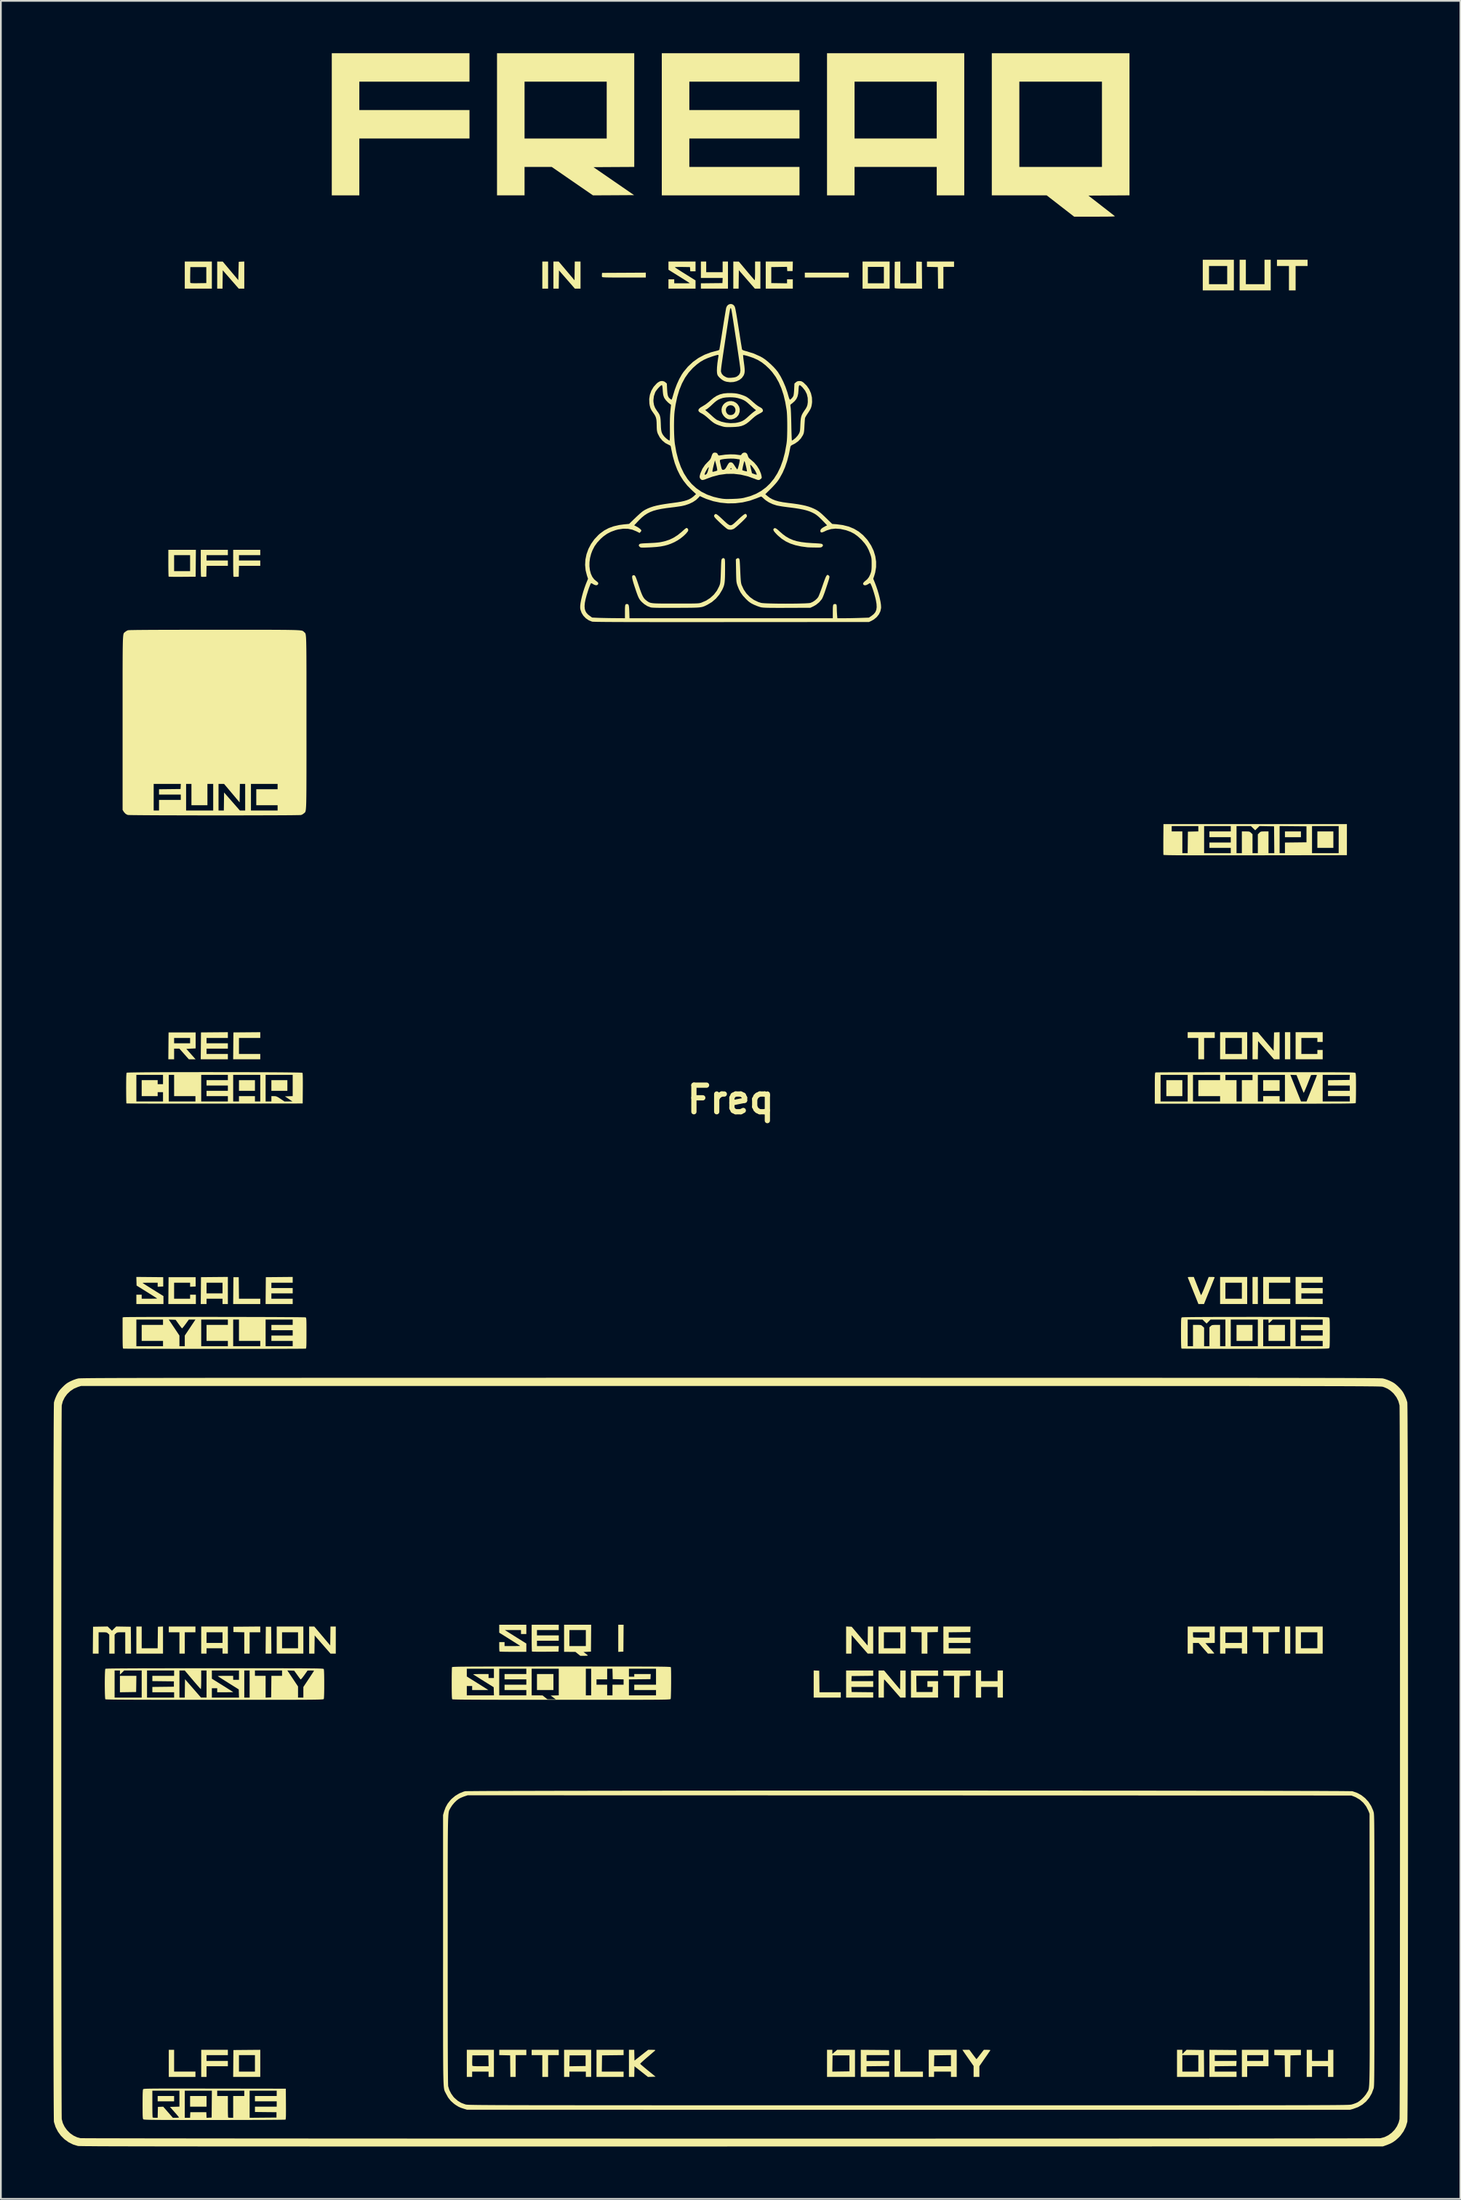
<source format=kicad_pcb>
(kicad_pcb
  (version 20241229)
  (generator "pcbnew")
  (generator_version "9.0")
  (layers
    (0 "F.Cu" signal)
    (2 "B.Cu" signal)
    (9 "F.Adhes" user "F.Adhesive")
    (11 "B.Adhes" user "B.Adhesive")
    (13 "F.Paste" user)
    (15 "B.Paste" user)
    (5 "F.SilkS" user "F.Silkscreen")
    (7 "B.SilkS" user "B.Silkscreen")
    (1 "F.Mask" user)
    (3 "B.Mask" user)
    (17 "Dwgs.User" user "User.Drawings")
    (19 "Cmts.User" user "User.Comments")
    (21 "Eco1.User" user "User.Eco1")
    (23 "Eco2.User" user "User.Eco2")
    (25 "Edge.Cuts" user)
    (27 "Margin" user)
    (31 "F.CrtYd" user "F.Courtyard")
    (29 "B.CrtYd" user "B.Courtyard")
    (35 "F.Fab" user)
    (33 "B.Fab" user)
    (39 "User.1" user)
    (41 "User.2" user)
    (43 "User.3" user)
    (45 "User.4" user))
  (footprint "Freq"
    (layer "F.Cu")
    (at 38.817 59.962)
    (property "Reference" "Freq" (at 0 0 0) (layer "F.SilkS") (effects (font (size 1.524 1.524) (thickness 0.3))))
    (attr board_only exclude_from_pos_files exclude_from_bom)
    (fp_poly (pts (xy -31.89 57.392) (xy -32.832 57.392) (xy -32.832 57.086) (xy -31.89 57.086)) (stroke (width 0) (type solid)) (fill yes) (layer "F.SilkS"))
    (fp_poly (pts (xy -30.032 57.697) (xy -30.974 57.697) (xy -30.974 57.086) (xy -30.032 57.086)) (stroke (width 0) (type solid)) (fill yes) (layer "F.SilkS"))
    (fp_poly (pts (xy -27.258 -0.509) (xy -28.174 -0.509) (xy -28.174 -1.12) (xy -27.258 -1.12)) (stroke (width 0) (type solid)) (fill yes) (layer "F.SilkS"))
    (fp_poly (pts (xy -26.315 31.737) (xy -26.648 31.737) (xy -26.634 30.197) (xy -26.329 30.197)) (stroke (width 0) (type solid)) (fill yes) (layer "F.SilkS"))
    (fp_poly (pts (xy -25.4 -0.509) (xy -26.316 -0.509) (xy -26.316 -1.12) (xy -25.4 -1.12)) (stroke (width 0) (type solid)) (fill yes) (layer "F.SilkS"))
    (fp_poly (pts (xy -10.46 -46.473) (xy -10.791 -46.473) (xy -10.791 -48.026) (xy -10.46 -48.026)) (stroke (width 0) (type solid)) (fill yes) (layer "F.SilkS"))
    (fp_poly (pts (xy -10.155 33.824) (xy -11.097 33.824) (xy -11.097 32.908) (xy -10.155 32.908)) (stroke (width 0) (type solid)) (fill yes) (layer "F.SilkS"))
    (fp_poly (pts (xy 6.77 -47.11) (xy 4.25 -47.11) (xy 4.25 -47.39) (xy 6.77 -47.39)) (stroke (width 0) (type solid)) (fill yes) (layer "F.SilkS"))
    (fp_poly (pts (xy 25.884 -0.204) (xy 24.967 -0.204) (xy 24.967 -1.12) (xy 25.884 -1.12)) (stroke (width 0) (type solid)) (fill yes) (layer "F.SilkS"))
    (fp_poly (pts (xy 29.905 13.82) (xy 28.989 13.82) (xy 28.989 12.904) (xy 29.905 12.904)) (stroke (width 0) (type solid)) (fill yes) (layer "F.SilkS"))
    (fp_poly (pts (xy 30.21 11.707) (xy 29.905 11.707) (xy 29.905 10.155) (xy 30.21 10.155)) (stroke (width 0) (type solid)) (fill yes) (layer "F.SilkS"))
    (fp_poly (pts (xy 31.457 -0.509) (xy 30.516 -0.509) (xy 30.516 -1.12) (xy 31.457 -1.12)) (stroke (width 0) (type solid)) (fill yes) (layer "F.SilkS"))
    (fp_poly (pts (xy 31.763 13.82) (xy 30.821 13.82) (xy 30.821 12.904) (xy 31.763 12.904)) (stroke (width 0) (type solid)) (fill yes) (layer "F.SilkS"))
    (fp_poly (pts (xy 32.068 -2.316) (xy 31.763 -2.316) (xy 31.763 -3.869) (xy 32.068 -3.869)) (stroke (width 0) (type solid)) (fill yes) (layer "F.SilkS"))
    (fp_poly (pts (xy 32.068 31.737) (xy 31.763 31.737) (xy 31.763 30.185) (xy 32.068 30.185)) (stroke (width 0) (type solid)) (fill yes) (layer "F.SilkS"))
    (fp_poly (pts (xy 32.679 -15.041) (xy 31.763 -15.041) (xy 31.763 -15.372) (xy 32.679 -15.372)) (stroke (width 0) (type solid)) (fill yes) (layer "F.SilkS"))
    (fp_poly (pts (xy 34.537 -14.431) (xy 33.621 -14.431) (xy 33.621 -15.372) (xy 34.537 -15.372)) (stroke (width 0) (type solid)) (fill yes) (layer "F.SilkS"))
    (fp_poly (pts (xy -6.146 31.623) (xy -6.293 31.63) (xy -6.439 31.638) (xy -6.439 30.083) (xy -6.133 30.083)) (stroke (width 0) (type solid)) (fill yes) (layer "F.SilkS"))
    (fp_poly (pts (xy -34.059 33.474) (xy -34.066 33.939) (xy -34.531 33.946) (xy -34.995 33.953) (xy -34.995 33.01) (xy -34.052 33.01)) (stroke (width 0) (type solid)) (fill yes) (layer "F.SilkS"))
    (fp_poly (pts (xy -31.89 55.687) (xy -30.668 55.687) (xy -30.668 55.992) (xy -32.195 55.992) (xy -32.195 54.439) (xy -31.89 54.439)) (stroke (width 0) (type solid)) (fill yes) (layer "F.SilkS"))
    (fp_poly (pts (xy 9.722 55.687) (xy 11.02 55.687) (xy 11.02 55.992) (xy 9.391 55.992) (xy 9.391 54.439) (xy 9.722 54.439)) (stroke (width 0) (type solid)) (fill yes) (layer "F.SilkS"))
    (fp_poly (pts (xy -28.18 10.785) (xy -28.173 11.402) (xy -26.953 11.402) (xy -26.953 11.707) (xy -28.506 11.707) (xy -28.492 10.168) (xy -28.187 10.168)) (stroke (width 0) (type solid)) (fill yes) (layer "F.SilkS"))
    (fp_poly (pts (xy -30.668 30.516) (xy -31.279 30.516) (xy -31.279 31.737) (xy -31.585 31.737) (xy -31.585 30.516) (xy -32.195 30.516) (xy -32.195 30.185) (xy -30.668 30.185)) (stroke (width 0) (type solid)) (fill yes) (layer "F.SilkS"))
    (fp_poly (pts (xy -9.849 54.745) (xy -10.46 54.745) (xy -10.46 55.992) (xy -10.791 55.992) (xy -10.791 54.745) (xy -11.402 54.745) (xy -11.402 54.439) (xy -9.849 54.439)) (stroke (width 0) (type solid)) (fill yes) (layer "F.SilkS"))
    (fp_poly (pts (xy -6.134 54.744) (xy -7.368 54.758) (xy -7.382 55.687) (xy -6.134 55.687) (xy -6.134 55.992) (xy -7.686 55.992) (xy -7.686 54.439) (xy -6.134 54.439)) (stroke (width 0) (type solid)) (fill yes) (layer "F.SilkS"))
    (fp_poly (pts (xy 4.918 32.71) (xy 5.077 32.717) (xy 5.084 33.334) (xy 5.091 33.952) (xy 6.312 33.952) (xy 6.312 34.257) (xy 4.759 34.257) (xy 4.759 32.702)) (stroke (width 0) (type solid)) (fill yes) (layer "F.SilkS"))
    (fp_poly (pts (xy 27.741 -3.538) (xy 27.131 -3.538) (xy 27.131 -2.316) (xy 26.8 -2.316) (xy 26.8 -3.538) (xy 26.189 -3.538) (xy 26.189 -3.869) (xy 27.741 -3.869)) (stroke (width 0) (type solid)) (fill yes) (layer "F.SilkS"))
    (fp_poly (pts (xy 29.523 -46.728) (xy 30.592 -46.728) (xy 30.592 -48.128) (xy 30.948 -48.128) (xy 30.948 -46.372) (xy 29.167 -46.372) (xy 29.167 -48.128) (xy 29.523 -48.128)) (stroke (width 0) (type solid)) (fill yes) (layer "F.SilkS"))
    (fp_poly (pts (xy 32.068 10.486) (xy 30.846 10.486) (xy 30.846 11.402) (xy 32.068 11.402) (xy 32.068 11.707) (xy 30.516 11.707) (xy 30.516 10.155) (xy 32.068 10.155)) (stroke (width 0) (type solid)) (fill yes) (layer "F.SilkS"))
    (fp_poly (pts (xy 33.061 -47.771) (xy 32.374 -47.771) (xy 32.374 -46.372) (xy 31.992 -46.372) (xy 31.992 -47.771) (xy 31.305 -47.771) (xy 31.305 -48.128) (xy 33.061 -48.128)) (stroke (width 0) (type solid)) (fill yes) (layer "F.SilkS"))
    (fp_poly (pts (xy -26.953 -3.538) (xy -28.174 -3.538) (xy -28.174 -2.621) (xy -26.953 -2.621) (xy -26.953 -2.316) (xy -28.506 -2.316) (xy -28.499 -3.086) (xy -28.492 -3.856) (xy -26.953 -3.869)) (stroke (width 0) (type solid)) (fill yes) (layer "F.SilkS"))
    (fp_poly (pts (xy -26.953 30.516) (xy -27.563 30.516) (xy -27.563 31.737) (xy -27.869 31.737) (xy -27.869 30.517) (xy -28.181 30.51) (xy -28.492 30.503) (xy -28.492 30.197) (xy -26.953 30.184)) (stroke (width 0) (type solid)) (fill yes) (layer "F.SilkS"))
    (fp_poly (pts (xy 31.445 30.503) (xy 31.133 30.51) (xy 30.821 30.517) (xy 30.821 31.737) (xy 30.516 31.737) (xy 30.516 30.516) (xy 29.905 30.516) (xy 29.905 30.185) (xy 31.46 30.185)) (stroke (width 0) (type solid)) (fill yes) (layer "F.SilkS"))
    (fp_poly (pts (xy -32.526 31.737) (xy -34.053 31.737) (xy -34.053 30.185) (xy -33.748 30.185) (xy -33.748 31.432) (xy -32.833 31.432) (xy -32.826 30.815) (xy -32.819 30.197) (xy -32.673 30.19) (xy -32.526 30.182)) (stroke (width 0) (type solid)) (fill yes) (layer "F.SilkS"))
    (fp_poly (pts (xy -28.81 54.745) (xy -30.032 54.745) (xy -30.032 55.076) (xy -28.81 55.076) (xy -28.81 55.381) (xy -30.032 55.381) (xy -30.032 55.992) (xy -30.337 55.992) (xy -30.337 54.439) (xy -28.81 54.439)) (stroke (width 0) (type solid)) (fill yes) (layer "F.SilkS"))
    (fp_poly (pts (xy -22.944 31.27) (xy -22.93 30.185) (xy -22.626 30.185) (xy -22.626 31.737) (xy -22.929 31.737) (xy -23.835 30.698) (xy -23.849 31.737) (xy -24.153 31.737) (xy -24.153 30.185) (xy -23.859 30.185)) (stroke (width 0) (type solid)) (fill yes) (layer "F.SilkS"))
    (fp_poly (pts (xy -14.965 -58.333) (xy -21.277 -58.333) (xy -21.277 -56.705) (xy -14.965 -56.705) (xy -14.965 -55.076) (xy -21.277 -55.076) (xy -21.277 -51.818) (xy -22.855 -51.818) (xy -22.855 -59.962) (xy -14.965 -59.962)) (stroke (width 0) (type solid)) (fill yes) (layer "F.SilkS"))
    (fp_poly (pts (xy -11.707 54.745) (xy -12.318 54.745) (xy -12.318 55.992) (xy -12.623 55.992) (xy -12.63 55.375) (xy -12.636 54.758) (xy -12.948 54.75) (xy -13.26 54.743) (xy -13.26 54.439) (xy -11.707 54.439)) (stroke (width 0) (type solid)) (fill yes) (layer "F.SilkS"))
    (fp_poly (pts (xy 12.802 -47.72) (xy 12.191 -47.72) (xy 12.191 -46.473) (xy 11.886 -46.473) (xy 11.88 -47.091) (xy 11.873 -47.708) (xy 11.561 -47.715) (xy 11.249 -47.722) (xy 11.249 -48.026) (xy 12.802 -48.026)) (stroke (width 0) (type solid)) (fill yes) (layer "F.SilkS"))
    (fp_poly (pts (xy 13.743 33.008) (xy 13.432 33.015) (xy 13.12 33.023) (xy 13.113 33.64) (xy 13.106 34.257) (xy 12.802 34.257) (xy 12.802 33.01) (xy 12.191 33.01) (xy 12.191 32.704) (xy 13.743 32.704)) (stroke (width 0) (type solid)) (fill yes) (layer "F.SilkS"))
    (fp_poly (pts (xy -24.484 31.737) (xy -26.011 31.737) (xy -26.011 31.432) (xy -25.705 31.432) (xy -24.789 31.432) (xy -24.789 30.516) (xy -25.705 30.516) (xy -25.705 31.432) (xy -26.011 31.432) (xy -26.011 30.185) (xy -24.484 30.185)) (stroke (width 0) (type solid)) (fill yes) (layer "F.SilkS"))
    (fp_poly (pts (xy 9.111 -46.473) (xy 7.559 -46.473) (xy 7.559 -46.779) (xy 7.864 -46.779) (xy 8.781 -46.779) (xy 8.781 -47.72) (xy 7.864 -47.72) (xy 7.864 -46.779) (xy 7.559 -46.779) (xy 7.559 -48.026) (xy 9.111 -48.026)) (stroke (width 0) (type solid)) (fill yes) (layer "F.SilkS"))
    (fp_poly (pts (xy 10.028 31.737) (xy 8.475 31.737) (xy 8.475 31.432) (xy 8.781 31.432) (xy 9.722 31.432) (xy 9.722 30.516) (xy 8.781 30.516) (xy 8.781 31.432) (xy 8.475 31.432) (xy 8.475 30.185) (xy 10.028 30.185)) (stroke (width 0) (type solid)) (fill yes) (layer "F.SilkS"))
    (fp_poly (pts (xy 11.88 30.344) (xy 11.873 30.503) (xy 11.574 30.51) (xy 11.275 30.517) (xy 11.275 31.737) (xy 10.944 31.737) (xy 10.944 30.517) (xy 10.645 30.51) (xy 10.346 30.503) (xy 10.331 30.185) (xy 11.888 30.185)) (stroke (width 0) (type solid)) (fill yes) (layer "F.SilkS"))
    (fp_poly (pts (xy 28.836 -46.372) (xy 27.054 -46.372) (xy 27.054 -46.728) (xy 27.411 -46.728) (xy 28.454 -46.728) (xy 28.454 -47.771) (xy 27.411 -47.771) (xy 27.411 -46.728) (xy 27.054 -46.728) (xy 27.054 -48.128) (xy 28.836 -48.128)) (stroke (width 0) (type solid)) (fill yes) (layer "F.SilkS"))
    (fp_poly (pts (xy 29.599 -2.316) (xy 28.047 -2.316) (xy 28.047 -2.621) (xy 28.352 -2.621) (xy 29.294 -2.621) (xy 29.294 -3.538) (xy 28.352 -3.538) (xy 28.352 -2.621) (xy 28.047 -2.621) (xy 28.047 -3.869) (xy 29.599 -3.869)) (stroke (width 0) (type solid)) (fill yes) (layer "F.SilkS"))
    (fp_poly (pts (xy 29.599 11.707) (xy 28.047 11.707) (xy 28.047 11.402) (xy 28.352 11.402) (xy 29.294 11.402) (xy 29.294 10.486) (xy 28.352 10.486) (xy 28.352 11.402) (xy 28.047 11.402) (xy 28.047 10.155) (xy 29.599 10.155)) (stroke (width 0) (type solid)) (fill yes) (layer "F.SilkS"))
    (fp_poly (pts (xy 32.679 54.743) (xy 32.38 54.75) (xy 32.081 54.758) (xy 32.074 55.375) (xy 32.067 55.992) (xy 31.764 55.992) (xy 31.757 55.375) (xy 31.75 54.758) (xy 31.152 54.743) (xy 31.152 54.439) (xy 32.679 54.439)) (stroke (width 0) (type solid)) (fill yes) (layer "F.SilkS"))
    (fp_poly (pts (xy 33.926 31.737) (xy 32.374 31.737) (xy 32.374 31.432) (xy 32.679 31.432) (xy 33.621 31.432) (xy 33.621 30.516) (xy 32.679 30.516) (xy 32.679 31.432) (xy 32.374 31.432) (xy 32.374 30.185) (xy 33.926 30.185)) (stroke (width 0) (type solid)) (fill yes) (layer "F.SilkS"))
    (fp_poly (pts (xy -26.953 55.992) (xy -28.506 55.992) (xy -28.503 55.687) (xy -28.174 55.687) (xy -27.258 55.687) (xy -27.258 54.745) (xy -28.174 54.745) (xy -28.174 55.687) (xy -28.503 55.687) (xy -28.499 55.222) (xy -28.492 54.452) (xy -26.953 54.439)) (stroke (width 0) (type solid)) (fill yes) (layer "F.SilkS"))
    (fp_poly (pts (xy -9.399 -47.49) (xy -8.946 -46.953) (xy -8.939 -47.49) (xy -8.932 -48.026) (xy -8.602 -48.026) (xy -8.602 -46.473) (xy -8.925 -46.473) (xy -9.837 -47.519) (xy -9.851 -46.473) (xy -10.155 -46.473) (xy -10.155 -48.026) (xy -9.852 -48.026)) (stroke (width 0) (type solid)) (fill yes) (layer "F.SilkS"))
    (fp_poly (pts (xy 3.945 -58.333) (xy -2.367 -58.333) (xy -2.367 -56.705) (xy 3.945 -56.705) (xy 3.945 -55.076) (xy -2.367 -55.076) (xy -2.367 -53.447) (xy 3.945 -53.447) (xy 3.945 -51.818) (xy -3.945 -51.818) (xy -3.945 -59.962) (xy 3.945 -59.962)) (stroke (width 0) (type solid)) (fill yes) (layer "F.SilkS"))
    (fp_poly (pts (xy 14.354 33.315) (xy 15.296 33.315) (xy 15.296 32.704) (xy 15.601 32.704) (xy 15.601 34.257) (xy 15.296 34.257) (xy 15.296 33.646) (xy 14.354 33.646) (xy 14.354 34.257) (xy 14.049 34.257) (xy 14.049 32.704) (xy 14.354 32.704)) (stroke (width 0) (type solid)) (fill yes) (layer "F.SilkS"))
    (fp_poly (pts (xy 33.315 55.076) (xy 34.231 55.076) (xy 34.231 54.439) (xy 34.537 54.439) (xy 34.537 55.992) (xy 34.231 55.992) (xy 34.231 55.381) (xy 33.315 55.381) (xy 33.315 55.992) (xy 33.01 55.992) (xy 33.01 54.439) (xy 33.315 54.439)) (stroke (width 0) (type solid)) (fill yes) (layer "F.SilkS"))
    (fp_poly (pts (xy 33.926 -3.309) (xy 33.621 -3.309) (xy 33.621 -3.538) (xy 32.704 -3.538) (xy 32.704 -2.621) (xy 33.621 -2.621) (xy 33.621 -2.851) (xy 33.926 -2.851) (xy 33.926 -2.316) (xy 32.374 -2.316) (xy 32.374 -3.869) (xy 33.926 -3.869)) (stroke (width 0) (type solid)) (fill yes) (layer "F.SilkS"))
    (fp_poly (pts (xy 33.926 10.486) (xy 32.704 10.486) (xy 32.704 10.791) (xy 33.926 10.791) (xy 33.926 11.097) (xy 32.704 11.097) (xy 32.704 11.402) (xy 33.926 11.402) (xy 33.926 11.707) (xy 32.374 11.707) (xy 32.374 10.155) (xy 33.926 10.155)) (stroke (width 0) (type solid)) (fill yes) (layer "F.SilkS"))
    (fp_poly (pts (xy -30.656 10.702) (xy -30.815 10.71) (xy -30.974 10.717) (xy -30.974 10.486) (xy -31.89 10.486) (xy -31.89 11.402) (xy -30.974 11.402) (xy -30.974 11.173) (xy -30.643 11.173) (xy -30.643 11.707) (xy -32.222 11.707) (xy -32.208 10.168) (xy -30.656 10.168)) (stroke (width 0) (type solid)) (fill yes) (layer "F.SilkS"))
    (fp_poly (pts (xy -28.81 -3.538) (xy -30.032 -3.538) (xy -30.032 -3.232) (xy -28.81 -3.232) (xy -28.81 -2.927) (xy -30.032 -2.927) (xy -30.032 -2.621) (xy -28.81 -2.621) (xy -28.81 -2.316) (xy -30.364 -2.316) (xy -30.357 -3.086) (xy -30.35 -3.856) (xy -28.81 -3.869)) (stroke (width 0) (type solid)) (fill yes) (layer "F.SilkS"))
    (fp_poly (pts (xy -25.095 10.486) (xy -26.316 10.486) (xy -26.316 10.791) (xy -25.095 10.791) (xy -25.095 11.097) (xy -26.316 11.097) (xy -26.316 11.402) (xy -25.095 11.402) (xy -25.095 11.707) (xy -26.648 11.707) (xy -26.634 10.168) (xy -25.864 10.161) (xy -25.095 10.154)) (stroke (width 0) (type solid)) (fill yes) (layer "F.SilkS"))
    (fp_poly (pts (xy 11.886 33.01) (xy 10.637 33.01) (xy 10.651 33.939) (xy 11.567 33.939) (xy 11.575 33.792) (xy 11.583 33.646) (xy 11.275 33.646) (xy 11.275 33.315) (xy 11.886 33.315) (xy 11.886 34.257) (xy 10.333 34.257) (xy 10.333 32.704) (xy 11.886 32.704)) (stroke (width 0) (type solid)) (fill yes) (layer "F.SilkS"))
    (fp_poly (pts (xy 13.738 30.344) (xy 13.731 30.503) (xy 12.496 30.517) (xy 12.496 30.821) (xy 13.743 30.821) (xy 13.743 31.126) (xy 12.496 31.126) (xy 12.496 31.432) (xy 13.743 31.432) (xy 13.743 31.737) (xy 12.191 31.737) (xy 12.191 30.185) (xy 13.746 30.185)) (stroke (width 0) (type solid)) (fill yes) (layer "F.SilkS"))
    (fp_poly (pts (xy 30.821 55.381) (xy 29.599 55.381) (xy 29.599 55.992) (xy 29.294 55.992) (xy 29.294 55.076) (xy 29.599 55.076) (xy 30.516 55.076) (xy 30.516 54.745) (xy 29.599 54.745) (xy 29.599 55.076) (xy 29.294 55.076) (xy 29.294 54.439) (xy 30.821 54.439)) (stroke (width 0) (type solid)) (fill yes) (layer "F.SilkS"))
    (fp_poly (pts (xy -1.4 -47.415) (xy -0.458 -47.415) (xy -0.458 -48.026) (xy -0.153 -48.026) (xy -0.153 -46.473) (xy -1.705 -46.473) (xy -1.705 -46.778) (xy -1.088 -46.785) (xy -0.471 -46.791) (xy -0.463 -46.938) (xy -0.456 -47.084) (xy -1.705 -47.084) (xy -1.705 -48.026) (xy -1.4 -48.026)) (stroke (width 0) (type solid)) (fill yes) (layer "F.SilkS"))
    (fp_poly (pts (xy -28.81 31.737) (xy -29.116 31.737) (xy -29.116 31.432) (xy -30.032 31.432) (xy -30.032 31.737) (xy -30.337 31.737) (xy -30.337 31.126) (xy -30.032 31.126) (xy -29.116 31.126) (xy -29.116 30.516) (xy -30.032 30.516) (xy -30.032 31.126) (xy -30.337 31.126) (xy -30.337 30.185) (xy -28.81 30.185)) (stroke (width 0) (type solid)) (fill yes) (layer "F.SilkS"))
    (fp_poly (pts (xy -27.869 -46.473) (xy -28.187 -46.474) (xy -28.645 -47) (xy -29.103 -47.525) (xy -29.11 -46.999) (xy -29.117 -46.473) (xy -29.421 -46.473) (xy -29.421 -48.026) (xy -29.262 -48.025) (xy -29.103 -48.023) (xy -28.658 -47.493) (xy -28.212 -46.963) (xy -28.2 -47.488) (xy -28.187 -48.013) (xy -27.869 -48.028)) (stroke (width 0) (type solid)) (fill yes) (layer "F.SilkS"))
    (fp_poly (pts (xy -7.992 55.992) (xy -8.297 55.992) (xy -8.297 55.687) (xy -9.239 55.687) (xy -9.239 55.992) (xy -9.544 55.992) (xy -9.544 55.382) (xy -9.24 55.382) (xy -8.31 55.368) (xy -8.31 54.758) (xy -9.226 54.758) (xy -9.24 55.382) (xy -9.544 55.382) (xy -9.544 54.439) (xy -7.992 54.439)) (stroke (width 0) (type solid)) (fill yes) (layer "F.SilkS"))
    (fp_poly (pts (xy 6.935 30.197) (xy 7.393 30.738) (xy 7.852 31.279) (xy 7.858 30.732) (xy 7.865 30.185) (xy 8.17 30.185) (xy 8.17 31.737) (xy 8.011 31.736) (xy 7.852 31.735) (xy 7.393 31.208) (xy 6.935 30.681) (xy 6.928 31.209) (xy 6.922 31.737) (xy 6.617 31.737) (xy 6.617 30.182)) (stroke (width 0) (type solid)) (fill yes) (layer "F.SilkS"))
    (fp_poly (pts (xy 8.265 54.445) (xy 9.073 54.452) (xy 9.081 54.599) (xy 9.089 54.745) (xy 7.788 54.745) (xy 7.788 55.076) (xy 9.089 55.076) (xy 9.081 55.222) (xy 9.073 55.368) (xy 7.788 55.382) (xy 7.788 55.687) (xy 9.086 55.687) (xy 9.086 55.992) (xy 7.457 55.992) (xy 7.457 54.439)) (stroke (width 0) (type solid)) (fill yes) (layer "F.SilkS"))
    (fp_poly (pts (xy 13.387 -51.818) (xy 11.809 -51.818) (xy 11.809 -53.447) (xy 7.101 -53.447) (xy 7.101 -51.818) (xy 5.523 -51.818) (xy 5.523 -55.076) (xy 7.101 -55.076) (xy 11.809 -55.076) (xy 11.809 -58.333) (xy 7.101 -58.333) (xy 7.101 -55.076) (xy 5.523 -55.076) (xy 5.523 -59.962) (xy 13.387 -59.962)) (stroke (width 0) (type solid)) (fill yes) (layer "F.SilkS"))
    (fp_poly (pts (xy 28.206 54.445) (xy 28.976 54.452) (xy 28.983 54.599) (xy 28.991 54.745) (xy 27.741 54.745) (xy 27.741 55.076) (xy 28.991 55.076) (xy 28.983 55.222) (xy 28.976 55.368) (xy 27.741 55.382) (xy 27.741 55.687) (xy 28.989 55.687) (xy 28.989 55.992) (xy 27.436 55.992) (xy 27.436 54.439)) (stroke (width 0) (type solid)) (fill yes) (layer "F.SilkS"))
    (fp_poly (pts (xy 29.599 31.737) (xy 29.294 31.737) (xy 29.294 31.432) (xy 28.352 31.432) (xy 28.352 31.737) (xy 28.047 31.737) (xy 28.047 31.126) (xy 28.352 31.126) (xy 29.294 31.126) (xy 29.294 30.516) (xy 28.352 30.516) (xy 28.352 31.126) (xy 28.047 31.126) (xy 28.047 30.185) (xy 29.599 30.185)) (stroke (width 0) (type solid)) (fill yes) (layer "F.SilkS"))
    (fp_poly (pts (xy 31.457 -2.316) (xy 31.135 -2.316) (xy 30.679 -2.839) (xy 30.223 -3.361) (xy 30.216 -2.839) (xy 30.209 -2.316) (xy 29.905 -2.316) (xy 29.905 -3.869) (xy 30.208 -3.869) (xy 30.661 -3.334) (xy 31.114 -2.799) (xy 31.126 -3.328) (xy 31.139 -3.856) (xy 31.298 -3.863) (xy 31.457 -3.871)) (stroke (width 0) (type solid)) (fill yes) (layer "F.SilkS"))
    (fp_poly (pts (xy 3.558 -47.752) (xy 3.55 -47.479) (xy 3.245 -47.479) (xy 3.237 -47.6) (xy 3.229 -47.722) (xy 2.779 -47.715) (xy 2.329 -47.708) (xy 2.329 -46.791) (xy 2.781 -46.785) (xy 3.232 -46.778) (xy 3.232 -47.008) (xy 3.563 -47.008) (xy 3.563 -46.473) (xy 2.011 -46.473) (xy 2.011 -48.026) (xy 3.565 -48.026)) (stroke (width 0) (type solid)) (fill yes) (layer "F.SilkS"))
    (fp_poly (pts (xy 5.828 54.675) (xy 5.966 54.557) (xy 6.104 54.439) (xy 7.126 54.439) (xy 7.126 55.992) (xy 5.523 55.992) (xy 5.523 55.688) (xy 5.827 55.688) (xy 6.808 55.674) (xy 6.808 54.758) (xy 5.841 54.758) (xy 5.834 55.223) (xy 5.827 55.688) (xy 5.523 55.688) (xy 5.523 54.439) (xy 5.828 54.439)) (stroke (width 0) (type solid)) (fill yes) (layer "F.SilkS"))
    (fp_poly (pts (xy 8.17 33.009) (xy 7.553 33.016) (xy 6.935 33.023) (xy 6.928 33.169) (xy 6.92 33.315) (xy 8.17 33.315) (xy 8.17 33.646) (xy 6.92 33.646) (xy 6.928 33.792) (xy 6.935 33.939) (xy 7.553 33.946) (xy 8.17 33.952) (xy 8.17 34.257) (xy 6.617 34.257) (xy 6.617 32.704) (xy 8.17 32.704)) (stroke (width 0) (type solid)) (fill yes) (layer "F.SilkS"))
    (fp_poly (pts (xy -28.81 11.707) (xy -29.116 11.707) (xy -29.116 11.402) (xy -30.032 11.402) (xy -30.032 11.707) (xy -30.364 11.707) (xy -30.358 11.097) (xy -30.032 11.097) (xy -29.116 11.097) (xy -29.116 10.486) (xy -30.032 10.486) (xy -30.032 11.097) (xy -30.358 11.097) (xy -30.357 10.938) (xy -30.35 10.168) (xy -29.58 10.161) (xy -28.81 10.154)) (stroke (width 0) (type solid)) (fill yes) (layer "F.SilkS"))
    (fp_poly (pts (xy 12.955 55.992) (xy 12.624 55.992) (xy 12.624 55.687) (xy 11.657 55.687) (xy 11.657 55.992) (xy 11.351 55.992) (xy 11.351 55.381) (xy 11.655 55.381) (xy 12.624 55.381) (xy 12.624 54.744) (xy 12.146 54.751) (xy 11.669 54.758) (xy 11.662 55.069) (xy 11.655 55.381) (xy 11.351 55.381) (xy 11.351 54.439) (xy 12.955 54.439)) (stroke (width 0) (type solid)) (fill yes) (layer "F.SilkS"))
    (fp_poly (pts (xy 26.623 54.445) (xy 27.118 54.452) (xy 27.125 55.222) (xy 27.131 55.992) (xy 25.578 55.992) (xy 25.578 55.687) (xy 25.884 55.687) (xy 26.8 55.687) (xy 26.8 54.745) (xy 25.884 54.745) (xy 25.884 55.687) (xy 25.578 55.687) (xy 25.578 54.439) (xy 25.884 54.439) (xy 25.884 54.679) (xy 26.006 54.559) (xy 26.128 54.438)) (stroke (width 0) (type solid)) (fill yes) (layer "F.SilkS"))
    (fp_poly (pts (xy -4.861 -47.11) (xy -6.109 -47.11) (xy -6.399 -47.11) (xy -6.643 -47.11) (xy -6.843 -47.112) (xy -7.004 -47.114) (xy -7.13 -47.116) (xy -7.225 -47.12) (xy -7.293 -47.125) (xy -7.337 -47.13) (xy -7.362 -47.137) (xy -7.371 -47.145) (xy -7.377 -47.193) (xy -7.377 -47.264) (xy -7.376 -47.279) (xy -7.368 -47.377) (xy -6.115 -47.383) (xy -4.861 -47.39)) (stroke (width 0) (type solid)) (fill yes) (layer "F.SilkS"))
    (fp_poly (pts (xy -28.81 -31.203) (xy -30.032 -31.203) (xy -30.032 -30.897) (xy -28.81 -30.897) (xy -28.81 -30.592) (xy -30.03 -30.592) (xy -30.038 -30.28) (xy -30.045 -29.968) (xy -30.186 -29.961) (xy -30.267 -29.96) (xy -30.326 -29.965) (xy -30.345 -29.972) (xy -30.349 -30.001) (xy -30.354 -30.074) (xy -30.357 -30.186) (xy -30.36 -30.329) (xy -30.362 -30.497) (xy -30.363 -30.684) (xy -30.363 -30.749) (xy -30.363 -31.508) (xy -28.81 -31.508)) (stroke (width 0) (type solid)) (fill yes) (layer "F.SilkS"))
    (fp_poly (pts (xy -26.953 -31.203) (xy -28.174 -31.203) (xy -28.174 -30.897) (xy -26.953 -30.897) (xy -26.953 -30.592) (xy -28.173 -30.592) (xy -28.18 -30.28) (xy -28.187 -29.968) (xy -28.328 -29.961) (xy -28.409 -29.96) (xy -28.468 -29.965) (xy -28.487 -29.972) (xy -28.491 -30.001) (xy -28.496 -30.074) (xy -28.499 -30.186) (xy -28.502 -30.329) (xy -28.504 -30.497) (xy -28.505 -30.684) (xy -28.505 -30.749) (xy -28.505 -31.508) (xy -26.953 -31.508)) (stroke (width 0) (type solid)) (fill yes) (layer "F.SilkS"))
    (fp_poly (pts (xy -5.523 -53.447) (xy -6.691 -53.441) (xy -7.859 -53.434) (xy -6.696 -52.632) (xy -5.532 -51.831) (xy -6.71 -51.824) (xy -7.888 -51.818) (xy -9.069 -52.632) (xy -10.251 -53.447) (xy -11.809 -53.447) (xy -11.809 -51.818) (xy -13.387 -51.818) (xy -13.387 -55.076) (xy -11.809 -55.076) (xy -7.101 -55.076) (xy -7.101 -58.333) (xy -11.809 -58.333) (xy -11.809 -55.076) (xy -13.387 -55.076) (xy -13.387 -59.962) (xy -5.523 -59.962)) (stroke (width 0) (type solid)) (fill yes) (layer "F.SilkS"))
    (fp_poly (pts (xy -29.727 -46.473) (xy -31.279 -46.473) (xy -31.279 -47.131) (xy -30.97 -47.131) (xy -30.97 -47.003) (xy -30.968 -46.901) (xy -30.965 -46.833) (xy -30.962 -46.811) (xy -30.947 -46.799) (xy -30.907 -46.79) (xy -30.837 -46.785) (xy -30.731 -46.783) (xy -30.583 -46.783) (xy -30.497 -46.785) (xy -30.045 -46.791) (xy -30.045 -47.708) (xy -30.961 -47.708) (xy -30.968 -47.276) (xy -30.97 -47.131) (xy -31.279 -47.131) (xy -31.279 -48.026) (xy -29.727 -48.026)) (stroke (width 0) (type solid)) (fill yes) (layer "F.SilkS"))
    (fp_poly (pts (xy 10.957 -48.013) (xy 10.963 -47.243) (xy 10.97 -46.473) (xy 10.193 -46.473) (xy 9.962 -46.474) (xy 9.778 -46.475) (xy 9.636 -46.478) (xy 9.532 -46.482) (xy 9.461 -46.488) (xy 9.42 -46.495) (xy 9.403 -46.505) (xy 9.403 -46.505) (xy 9.4 -46.538) (xy 9.398 -46.615) (xy 9.396 -46.73) (xy 9.396 -46.875) (xy 9.396 -47.045) (xy 9.397 -47.231) (xy 9.397 -47.275) (xy 9.404 -48.013) (xy 9.722 -48.028) (xy 9.722 -46.779) (xy 10.638 -46.779) (xy 10.638 -48.028)) (stroke (width 0) (type solid)) (fill yes) (layer "F.SilkS"))
    (fp_poly (pts (xy -30.656 -2.94) (xy -30.923 -2.927) (xy -31.189 -2.914) (xy -30.975 -2.672) (xy -30.889 -2.575) (xy -30.81 -2.486) (xy -30.748 -2.416) (xy -30.711 -2.374) (xy -30.71 -2.373) (xy -30.659 -2.316) (xy -31.046 -2.316) (xy -31.588 -2.927) (xy -31.89 -2.927) (xy -31.89 -2.316) (xy -32.222 -2.316) (xy -32.215 -3.086) (xy -32.214 -3.232) (xy -31.89 -3.232) (xy -30.974 -3.232) (xy -30.974 -3.538) (xy -31.89 -3.538) (xy -31.89 -3.232) (xy -32.214 -3.232) (xy -32.208 -3.856) (xy -30.656 -3.856)) (stroke (width 0) (type solid)) (fill yes) (layer "F.SilkS"))
    (fp_poly (pts (xy -8.004 31.623) (xy -8.217 31.635) (xy -8.431 31.648) (xy -8.314 31.732) (xy -8.247 31.782) (xy -8.198 31.823) (xy -8.182 31.84) (xy -8.198 31.852) (xy -8.259 31.86) (xy -8.359 31.863) (xy -8.391 31.863) (xy -8.615 31.862) (xy -8.755 31.75) (xy -8.895 31.638) (xy -9.22 31.637) (xy -9.544 31.635) (xy -9.544 31.305) (xy -9.239 31.305) (xy -8.297 31.305) (xy -8.297 30.388) (xy -9.239 30.388) (xy -9.239 31.305) (xy -9.544 31.305) (xy -9.544 30.083) (xy -7.991 30.083)) (stroke (width 0) (type solid)) (fill yes) (layer "F.SilkS"))
    (fp_poly (pts (xy 1.705 -46.473) (xy 1.387 -46.474) (xy 0.929 -47.001) (xy 0.471 -47.529) (xy 0.464 -47.001) (xy 0.457 -46.473) (xy 0.153 -46.473) (xy 0.153 -48.026) (xy 0.471 -48.024) (xy 0.916 -47.492) (xy 1.034 -47.352) (xy 1.141 -47.226) (xy 1.234 -47.118) (xy 1.308 -47.034) (xy 1.358 -46.979) (xy 1.38 -46.958) (xy 1.381 -46.958) (xy 1.386 -46.982) (xy 1.391 -47.049) (xy 1.395 -47.153) (xy 1.398 -47.285) (xy 1.4 -47.438) (xy 1.4 -47.491) (xy 1.4 -48.026) (xy 1.705 -48.026)) (stroke (width 0) (type solid)) (fill yes) (layer "F.SilkS"))
    (fp_poly (pts (xy 10.028 34.257) (xy 9.724 34.257) (xy 9.271 33.737) (xy 9.151 33.6) (xy 9.042 33.476) (xy 8.947 33.371) (xy 8.873 33.289) (xy 8.822 33.235) (xy 8.8 33.215) (xy 8.8 33.215) (xy 8.794 33.239) (xy 8.789 33.306) (xy 8.785 33.409) (xy 8.782 33.54) (xy 8.781 33.693) (xy 8.781 33.735) (xy 8.781 34.257) (xy 8.475 34.257) (xy 8.475 32.704) (xy 8.634 32.705) (xy 8.793 32.706) (xy 9.251 33.251) (xy 9.71 33.795) (xy 9.723 32.704) (xy 10.028 32.704)) (stroke (width 0) (type solid)) (fill yes) (layer "F.SilkS"))
    (fp_poly (pts (xy -30.649 -30.738) (xy -30.656 -29.968) (xy -31.421 -29.962) (xy -31.613 -29.961) (xy -31.789 -29.961) (xy -31.942 -29.962) (xy -32.066 -29.964) (xy -32.153 -29.967) (xy -32.199 -29.971) (xy -32.204 -29.972) (xy -32.208 -30.001) (xy -32.212 -30.075) (xy -32.215 -30.186) (xy -32.217 -30.287) (xy -31.89 -30.287) (xy -30.974 -30.287) (xy -30.974 -31.203) (xy -31.89 -31.203) (xy -31.89 -30.287) (xy -32.217 -30.287) (xy -32.218 -30.329) (xy -32.22 -30.497) (xy -32.221 -30.684) (xy -32.221 -30.749) (xy -32.221 -31.508) (xy -30.642 -31.508)) (stroke (width 0) (type solid)) (fill yes) (layer "F.SilkS"))
    (fp_poly (pts (xy -13.565 55.992) (xy -13.871 55.992) (xy -13.871 55.687) (xy -14.812 55.687) (xy -14.812 55.992) (xy -15.118 55.992) (xy -15.118 55.152) (xy -14.809 55.152) (xy -14.808 55.251) (xy -14.805 55.321) (xy -14.801 55.348) (xy -14.785 55.36) (xy -14.744 55.369) (xy -14.671 55.376) (xy -14.561 55.379) (xy -14.409 55.381) (xy -14.329 55.381) (xy -13.869 55.381) (xy -13.876 55.069) (xy -13.883 54.758) (xy -14.8 54.758) (xy -14.807 55.036) (xy -14.809 55.152) (xy -15.118 55.152) (xy -15.118 54.439) (xy -13.565 54.439)) (stroke (width 0) (type solid)) (fill yes) (layer "F.SilkS"))
    (fp_poly (pts (xy -9.849 30.388) (xy -11.097 30.388) (xy -11.097 30.694) (xy -9.849 30.694) (xy -9.849 30.999) (xy -11.097 30.999) (xy -11.097 31.305) (xy -9.847 31.305) (xy -9.855 31.464) (xy -9.862 31.623) (xy -10.615 31.629) (xy -10.806 31.631) (xy -10.98 31.631) (xy -11.131 31.629) (xy -11.252 31.627) (xy -11.338 31.624) (xy -11.381 31.62) (xy -11.385 31.619) (xy -11.389 31.59) (xy -11.393 31.517) (xy -11.396 31.405) (xy -11.399 31.262) (xy -11.401 31.094) (xy -11.402 30.907) (xy -11.402 30.842) (xy -11.402 30.083) (xy -9.849 30.083)) (stroke (width 0) (type solid)) (fill yes) (layer "F.SilkS"))
    (fp_poly (pts (xy -34.371 30.197) (xy -34.358 31.737) (xy -34.69 31.737) (xy -34.69 30.516) (xy -34.924 30.516) (xy -35.036 30.517) (xy -35.11 30.522) (xy -35.159 30.534) (xy -35.197 30.555) (xy -35.229 30.584) (xy -35.3 30.652) (xy -35.3 31.737) (xy -35.606 31.737) (xy -35.606 30.652) (xy -35.677 30.584) (xy -35.715 30.552) (xy -35.753 30.531) (xy -35.805 30.521) (xy -35.884 30.516) (xy -35.983 30.516) (xy -36.217 30.516) (xy -36.217 31.737) (xy -36.548 31.737) (xy -36.535 30.197) (xy -35.698 30.183) (xy -35.576 30.304) (xy -35.453 30.425) (xy -35.331 30.304) (xy -35.208 30.183)) (stroke (width 0) (type solid)) (fill yes) (layer "F.SilkS"))
    (fp_poly (pts (xy 22.855 -51.819) (xy 21.678 -51.812) (xy 20.501 -51.805) (xy 21.237 -51.233) (xy 21.407 -51.101) (xy 21.565 -50.978) (xy 21.707 -50.868) (xy 21.827 -50.774) (xy 21.922 -50.701) (xy 21.985 -50.651) (xy 22.014 -50.629) (xy 22.013 -50.622) (xy 21.99 -50.615) (xy 21.94 -50.61) (xy 21.86 -50.606) (xy 21.746 -50.603) (xy 21.595 -50.6) (xy 21.403 -50.599) (xy 21.168 -50.598) (xy 20.886 -50.597) (xy 20.87 -50.597) (xy 19.686 -50.596) (xy 18.898 -51.207) (xy 18.111 -51.818) (xy 14.965 -51.818) (xy 14.965 -53.447) (xy 16.543 -53.447) (xy 21.277 -53.447) (xy 21.277 -58.333) (xy 16.543 -58.333) (xy 16.543 -53.447) (xy 14.965 -53.447) (xy 14.965 -59.962) (xy 22.855 -59.962)) (stroke (width 0) (type solid)) (fill yes) (layer "F.SilkS"))
    (fp_poly (pts (xy 27.741 31.125) (xy 27.206 31.139) (xy 27.461 31.424) (xy 27.55 31.524) (xy 27.625 31.611) (xy 27.681 31.677) (xy 27.712 31.716) (xy 27.716 31.723) (xy 27.693 31.73) (xy 27.631 31.735) (xy 27.544 31.736) (xy 27.532 31.736) (xy 27.347 31.735) (xy 27.082 31.431) (xy 26.817 31.126) (xy 26.494 31.126) (xy 26.494 31.737) (xy 26.189 31.737) (xy 26.189 30.651) (xy 26.494 30.651) (xy 26.497 30.731) (xy 26.505 30.787) (xy 26.511 30.804) (xy 26.541 30.81) (xy 26.613 30.814) (xy 26.719 30.818) (xy 26.851 30.82) (xy 26.982 30.821) (xy 27.436 30.821) (xy 27.436 30.516) (xy 26.494 30.516) (xy 26.494 30.651) (xy 26.189 30.651) (xy 26.189 30.185) (xy 27.741 30.185)) (stroke (width 0) (type solid)) (fill yes) (layer "F.SilkS"))
    (fp_poly (pts (xy -5.517 54.748) (xy -5.51 55.057) (xy -5.118 54.748) (xy -4.725 54.439) (xy -4.51 54.439) (xy -4.404 54.441) (xy -4.342 54.446) (xy -4.318 54.457) (xy -4.322 54.471) (xy -4.348 54.497) (xy -4.408 54.549) (xy -4.494 54.624) (xy -4.601 54.716) (xy -4.722 54.82) (xy -4.768 54.859) (xy -4.891 54.965) (xy -5 55.061) (xy -5.088 55.141) (xy -5.15 55.201) (xy -5.18 55.236) (xy -5.182 55.241) (xy -5.162 55.264) (xy -5.107 55.314) (xy -5.024 55.385) (xy -4.919 55.474) (xy -4.797 55.575) (xy -4.738 55.623) (xy -4.3 55.979) (xy -4.737 55.994) (xy -5.123 55.689) (xy -5.51 55.383) (xy -5.517 55.688) (xy -5.524 55.992) (xy -5.828 55.992) (xy -5.828 54.439) (xy -5.524 54.439)) (stroke (width 0) (type solid)) (fill yes) (layer "F.SilkS"))
    (fp_poly (pts (xy 13.88 54.707) (xy 13.955 54.806) (xy 14.018 54.889) (xy 14.064 54.947) (xy 14.086 54.973) (xy 14.088 54.974) (xy 14.105 54.955) (xy 14.148 54.903) (xy 14.21 54.826) (xy 14.284 54.73) (xy 14.302 54.707) (xy 14.509 54.439) (xy 14.701 54.439) (xy 14.791 54.442) (xy 14.856 54.448) (xy 14.884 54.457) (xy 14.885 54.46) (xy 14.868 54.486) (xy 14.827 54.547) (xy 14.765 54.637) (xy 14.688 54.75) (xy 14.598 54.879) (xy 14.564 54.928) (xy 14.253 55.377) (xy 14.253 55.992) (xy 13.922 55.992) (xy 13.922 55.366) (xy 13.638 54.96) (xy 13.548 54.83) (xy 13.465 54.712) (xy 13.396 54.612) (xy 13.345 54.538) (xy 13.318 54.498) (xy 13.317 54.497) (xy 13.28 54.439) (xy 13.682 54.439)) (stroke (width 0) (type solid)) (fill yes) (layer "F.SilkS"))
    (fp_poly (pts (xy -32.514 10.168) (xy -32.514 10.702) (xy -32.673 10.71) (xy -32.832 10.717) (xy -32.832 10.486) (xy -33.264 10.486) (xy -33.406 10.486) (xy -33.529 10.488) (xy -33.623 10.49) (xy -33.682 10.494) (xy -33.697 10.496) (xy -33.676 10.512) (xy -33.618 10.551) (xy -33.527 10.61) (xy -33.41 10.684) (xy -33.271 10.772) (xy -33.116 10.869) (xy -33.099 10.879) (xy -32.501 11.252) (xy -32.501 11.707) (xy -34.053 11.707) (xy -34.053 11.173) (xy -33.748 11.173) (xy -33.748 11.402) (xy -33.298 11.402) (xy -33.155 11.401) (xy -33.032 11.399) (xy -32.937 11.396) (xy -32.878 11.392) (xy -32.863 11.388) (xy -32.888 11.371) (xy -32.95 11.331) (xy -33.043 11.271) (xy -33.163 11.195) (xy -33.303 11.108) (xy -33.457 11.011) (xy -33.459 11.01) (xy -34.041 10.647) (xy -34.055 10.154)) (stroke (width 0) (type solid)) (fill yes) (layer "F.SilkS"))
    (fp_poly (pts (xy -2.011 -47.466) (xy -2.313 -47.466) (xy -2.321 -47.587) (xy -2.329 -47.708) (xy -2.77 -47.715) (xy -2.922 -47.716) (xy -3.047 -47.714) (xy -3.138 -47.71) (xy -3.188 -47.704) (xy -3.196 -47.699) (xy -3.172 -47.68) (xy -3.11 -47.638) (xy -3.016 -47.576) (xy -2.896 -47.499) (xy -2.756 -47.41) (xy -2.601 -47.313) (xy -2.596 -47.31) (xy -2.011 -46.945) (xy -2.011 -46.473) (xy -3.563 -46.473) (xy -3.563 -47.008) (xy -3.232 -47.008) (xy -3.232 -46.779) (xy -2.787 -46.779) (xy -2.643 -46.779) (xy -2.518 -46.78) (xy -2.421 -46.782) (xy -2.359 -46.785) (xy -2.341 -46.787) (xy -2.362 -46.802) (xy -2.421 -46.841) (xy -2.512 -46.899) (xy -2.63 -46.974) (xy -2.769 -47.061) (xy -2.924 -47.158) (xy -2.952 -47.175) (xy -3.562 -47.555) (xy -3.563 -48.026) (xy -2.011 -48.026)) (stroke (width 0) (type solid)) (fill yes) (layer "F.SilkS"))
    (fp_poly (pts (xy 26.737 10.658) (xy 26.796 10.809) (xy 26.85 10.945) (xy 26.896 11.059) (xy 26.93 11.143) (xy 26.949 11.189) (xy 26.952 11.195) (xy 26.967 11.184) (xy 26.997 11.128) (xy 27.041 11.032) (xy 27.098 10.9) (xy 27.165 10.734) (xy 27.182 10.692) (xy 27.393 10.155) (xy 27.57 10.155) (xy 27.667 10.157) (xy 27.72 10.166) (xy 27.736 10.182) (xy 27.734 10.187) (xy 27.722 10.217) (xy 27.693 10.289) (xy 27.65 10.397) (xy 27.596 10.534) (xy 27.532 10.694) (xy 27.46 10.871) (xy 27.424 10.963) (xy 27.125 11.707) (xy 26.805 11.707) (xy 26.507 10.963) (xy 26.433 10.779) (xy 26.365 10.61) (xy 26.306 10.461) (xy 26.257 10.338) (xy 26.221 10.248) (xy 26.2 10.196) (xy 26.196 10.187) (xy 26.203 10.169) (xy 26.246 10.159) (xy 26.332 10.155) (xy 26.362 10.155) (xy 26.54 10.155)) (stroke (width 0) (type solid)) (fill yes) (layer "F.SilkS"))
    (fp_poly (pts (xy -11.707 30.617) (xy -12.013 30.617) (xy -12.013 30.388) (xy -12.937 30.388) (xy -12.685 30.548) (xy -12.571 30.619) (xy -12.429 30.709) (xy -12.275 30.805) (xy -12.123 30.9) (xy -12.07 30.933) (xy -11.707 31.16) (xy -11.707 31.635) (xy -12.467 31.635) (xy -12.658 31.635) (xy -12.833 31.633) (xy -12.985 31.631) (xy -13.108 31.628) (xy -13.195 31.624) (xy -13.239 31.62) (xy -13.243 31.619) (xy -13.25 31.587) (xy -13.256 31.517) (xy -13.259 31.419) (xy -13.26 31.339) (xy -13.26 31.076) (xy -12.955 31.076) (xy -12.955 31.305) (xy -12.509 31.305) (xy -12.365 31.304) (xy -12.24 31.303) (xy -12.143 31.3) (xy -12.082 31.298) (xy -12.064 31.295) (xy -12.084 31.279) (xy -12.143 31.241) (xy -12.234 31.182) (xy -12.351 31.107) (xy -12.49 31.02) (xy -12.644 30.923) (xy -12.662 30.911) (xy -13.26 30.538) (xy -13.26 30.083) (xy -11.707 30.083)) (stroke (width 0) (type solid)) (fill yes) (layer "F.SilkS"))
    (fp_poly (pts (xy 0.179 -40.002) (xy 0.309 -39.932) (xy 0.4 -39.848) (xy 0.485 -39.714) (xy 0.524 -39.567) (xy 0.516 -39.413) (xy 0.461 -39.26) (xy 0.434 -39.214) (xy 0.339 -39.107) (xy 0.213 -39.029) (xy 0.071 -38.986) (xy -0.073 -38.982) (xy -0.165 -39.003) (xy -0.287 -39.071) (xy -0.394 -39.175) (xy -0.474 -39.302) (xy -0.509 -39.4) (xy -0.519 -39.522) (xy -0.276 -39.522) (xy -0.258 -39.413) (xy -0.229 -39.353) (xy -0.161 -39.272) (xy -0.076 -39.234) (xy 0.037 -39.231) (xy 0.038 -39.231) (xy 0.136 -39.259) (xy 0.21 -39.32) (xy 0.265 -39.416) (xy 0.279 -39.522) (xy 0.255 -39.625) (xy 0.196 -39.714) (xy 0.106 -39.774) (xy 0.091 -39.779) (xy -0.022 -39.794) (xy -0.122 -39.768) (xy -0.202 -39.708) (xy -0.256 -39.623) (xy -0.276 -39.522) (xy -0.519 -39.522) (xy -0.522 -39.556) (xy -0.493 -39.696) (xy -0.428 -39.816) (xy -0.335 -39.913) (xy -0.221 -39.984) (xy -0.093 -40.025) (xy 0.043 -40.032)) (stroke (width 0) (type solid)) (fill yes) (layer "F.SilkS"))
    (fp_poly (pts (xy 2.563 -32.748) (xy 2.627 -32.715) (xy 2.712 -32.648) (xy 2.802 -32.566) (xy 2.987 -32.405) (xy 3.171 -32.27) (xy 3.361 -32.16) (xy 3.565 -32.072) (xy 3.789 -32.004) (xy 4.041 -31.954) (xy 4.328 -31.918) (xy 4.656 -31.894) (xy 4.711 -31.891) (xy 4.89 -31.882) (xy 5.024 -31.874) (xy 5.121 -31.865) (xy 5.187 -31.856) (xy 5.229 -31.845) (xy 5.253 -31.831) (xy 5.262 -31.822) (xy 5.29 -31.773) (xy 5.282 -31.732) (xy 5.243 -31.686) (xy 5.218 -31.666) (xy 5.187 -31.652) (xy 5.138 -31.643) (xy 5.065 -31.639) (xy 4.957 -31.639) (xy 4.842 -31.64) (xy 4.705 -31.642) (xy 4.579 -31.645) (xy 4.477 -31.648) (xy 4.41 -31.652) (xy 4.403 -31.652) (xy 4.036 -31.701) (xy 3.711 -31.772) (xy 3.42 -31.868) (xy 3.159 -31.992) (xy 2.922 -32.145) (xy 2.703 -32.331) (xy 2.628 -32.406) (xy 2.532 -32.511) (xy 2.473 -32.59) (xy 2.447 -32.65) (xy 2.453 -32.696) (xy 2.474 -32.725) (xy 2.514 -32.75)) (stroke (width 0) (type solid)) (fill yes) (layer "F.SilkS"))
    (fp_poly (pts (xy -2.494 -32.755) (xy -2.441 -32.702) (xy -2.428 -32.63) (xy -2.451 -32.568) (xy -2.553 -32.441) (xy -2.691 -32.306) (xy -2.855 -32.174) (xy -3.034 -32.052) (xy -3.216 -31.951) (xy -3.219 -31.949) (xy -3.409 -31.864) (xy -3.598 -31.795) (xy -3.794 -31.742) (xy -4.008 -31.701) (xy -4.247 -31.672) (xy -4.523 -31.653) (xy -4.69 -31.645) (xy -4.855 -31.639) (xy -4.977 -31.636) (xy -5.064 -31.636) (xy -5.123 -31.639) (xy -5.161 -31.647) (xy -5.187 -31.66) (xy -5.208 -31.677) (xy -5.214 -31.683) (xy -5.257 -31.734) (xy -5.264 -31.774) (xy -5.236 -31.823) (xy -5.234 -31.825) (xy -5.217 -31.841) (xy -5.189 -31.854) (xy -5.142 -31.864) (xy -5.069 -31.873) (xy -4.963 -31.88) (xy -4.819 -31.887) (xy -4.706 -31.892) (xy -4.497 -31.902) (xy -4.327 -31.912) (xy -4.187 -31.925) (xy -4.065 -31.94) (xy -3.951 -31.961) (xy -3.835 -31.987) (xy -3.767 -32.004) (xy -3.513 -32.086) (xy -3.277 -32.197) (xy -3.047 -32.343) (xy -2.815 -32.529) (xy -2.753 -32.585) (xy -2.658 -32.671) (xy -2.591 -32.726) (xy -2.545 -32.754) (xy -2.513 -32.761)) (stroke (width 0) (type solid)) (fill yes) (layer "F.SilkS"))
    (fp_poly (pts (xy 0.894 -33.548) (xy 0.925 -33.495) (xy 0.932 -33.432) (xy 0.929 -33.417) (xy 0.903 -33.378) (xy 0.846 -33.313) (xy 0.765 -33.229) (xy 0.668 -33.133) (xy 0.561 -33.032) (xy 0.453 -32.933) (xy 0.351 -32.843) (xy 0.262 -32.769) (xy 0.194 -32.719) (xy 0.165 -32.702) (xy 0.03 -32.66) (xy -0.099 -32.667) (xy -0.171 -32.691) (xy -0.22 -32.722) (xy -0.297 -32.782) (xy -0.393 -32.864) (xy -0.501 -32.959) (xy -0.611 -33.061) (xy -0.717 -33.162) (xy -0.81 -33.254) (xy -0.882 -33.331) (xy -0.924 -33.384) (xy -0.929 -33.393) (xy -0.952 -33.447) (xy -0.944 -33.488) (xy -0.919 -33.522) (xy -0.892 -33.549) (xy -0.864 -33.561) (xy -0.827 -33.555) (xy -0.778 -33.528) (xy -0.71 -33.477) (xy -0.62 -33.398) (xy -0.501 -33.288) (xy -0.424 -33.216) (xy -0.289 -33.09) (xy -0.183 -32.998) (xy -0.098 -32.94) (xy -0.025 -32.914) (xy 0.044 -32.921) (xy 0.118 -32.96) (xy 0.205 -33.031) (xy 0.315 -33.133) (xy 0.356 -33.173) (xy 0.521 -33.326) (xy 0.653 -33.442) (xy 0.752 -33.521) (xy 0.821 -33.562) (xy 0.848 -33.57)) (stroke (width 0) (type solid)) (fill yes) (layer "F.SilkS"))
    (fp_poly (pts (xy 35.313 -14.011) (xy 30.063 -14.004) (xy 29.434 -14.004) (xy 28.854 -14.003) (xy 28.322 -14.003) (xy 27.835 -14.003) (xy 27.392 -14.003) (xy 26.991 -14.003) (xy 26.631 -14.003) (xy 26.308 -14.004) (xy 26.023 -14.005) (xy 25.773 -14.006) (xy 25.555 -14.007) (xy 25.37 -14.009) (xy 25.214 -14.011) (xy 25.086 -14.013) (xy 24.984 -14.016) (xy 24.906 -14.019) (xy 24.851 -14.022) (xy 24.817 -14.025) (xy 24.802 -14.029) (xy 24.801 -14.03) (xy 24.798 -14.062) (xy 24.796 -14.139) (xy 24.794 -14.255) (xy 24.794 -14.403) (xy 24.794 -14.578) (xy 24.794 -14.772) (xy 24.795 -14.927) (xy 24.799 -15.372) (xy 25.273 -15.372) (xy 25.884 -15.372) (xy 25.884 -14.125) (xy 26.188 -14.125) (xy 27.131 -14.125) (xy 28.658 -14.125) (xy 28.989 -14.125) (xy 29.294 -14.125) (xy 29.294 -15.372) (xy 29.515 -15.372) (xy 29.623 -15.371) (xy 29.694 -15.366) (xy 29.742 -15.353) (xy 29.781 -15.328) (xy 29.821 -15.291) (xy 29.905 -15.21) (xy 29.905 -14.125) (xy 30.21 -14.125) (xy 30.21 -15.204) (xy 30.292 -15.288) (xy 30.333 -15.329) (xy 30.37 -15.353) (xy 30.416 -15.366) (xy 30.486 -15.371) (xy 30.593 -15.372) (xy 30.597 -15.372) (xy 30.821 -15.372) (xy 30.821 -14.125) (xy 31.153 -14.125) (xy 31.139 -15.665) (xy 30.721 -15.672) (xy 30.336 -15.679) (xy 31.457 -15.679) (xy 31.457 -14.125) (xy 31.763 -14.125) (xy 33.315 -14.125) (xy 34.842 -14.125) (xy 34.842 -15.678) (xy 33.315 -15.678) (xy 33.315 -14.125) (xy 31.763 -14.125) (xy 31.763 -14.735) (xy 32.38 -14.742) (xy 32.997 -14.749) (xy 32.997 -15.665) (xy 31.457 -15.679) (xy 30.336 -15.679) (xy 30.302 -15.679) (xy 30.18 -15.558) (xy 30.058 -15.438) (xy 29.814 -15.678) (xy 28.989 -15.678) (xy 28.989 -14.125) (xy 28.658 -14.125) (xy 28.658 -14.431) (xy 27.436 -14.431) (xy 27.436 -14.736) (xy 28.658 -14.736) (xy 28.658 -15.041) (xy 27.436 -15.041) (xy 27.436 -15.372) (xy 28.658 -15.372) (xy 28.658 -15.678) (xy 27.131 -15.678) (xy 27.131 -14.125) (xy 26.188 -14.125) (xy 26.195 -14.742) (xy 26.202 -15.36) (xy 26.501 -15.367) (xy 26.8 -15.374) (xy 26.8 -15.678) (xy 25.273 -15.678) (xy 25.273 -15.372) (xy 24.799 -15.372) (xy 24.802 -15.792) (xy 35.313 -15.792)) (stroke (width 0) (type solid)) (fill yes) (layer "F.SilkS"))
    (fp_poly (pts (xy 0.45 -31.027) (xy 0.47 -31.015) (xy 0.485 -31.002) (xy 0.498 -30.982) (xy 0.508 -30.949) (xy 0.517 -30.898) (xy 0.524 -30.821) (xy 0.531 -30.714) (xy 0.539 -30.57) (xy 0.547 -30.383) (xy 0.55 -30.309) (xy 0.56 -30.098) (xy 0.569 -29.931) (xy 0.578 -29.8) (xy 0.587 -29.699) (xy 0.598 -29.621) (xy 0.611 -29.558) (xy 0.627 -29.503) (xy 0.633 -29.487) (xy 0.752 -29.229) (xy 0.911 -28.999) (xy 1.105 -28.801) (xy 1.33 -28.64) (xy 1.582 -28.519) (xy 1.743 -28.468) (xy 1.809 -28.458) (xy 1.919 -28.449) (xy 2.067 -28.441) (xy 2.246 -28.435) (xy 2.45 -28.43) (xy 2.673 -28.426) (xy 2.909 -28.424) (xy 3.151 -28.423) (xy 3.394 -28.424) (xy 3.63 -28.426) (xy 3.854 -28.429) (xy 4.059 -28.434) (xy 4.239 -28.439) (xy 4.388 -28.447) (xy 4.5 -28.455) (xy 4.568 -28.465) (xy 4.574 -28.467) (xy 4.705 -28.524) (xy 4.838 -28.613) (xy 4.953 -28.719) (xy 5.017 -28.802) (xy 5.043 -28.854) (xy 5.081 -28.946) (xy 5.129 -29.069) (xy 5.183 -29.216) (xy 5.241 -29.378) (xy 5.268 -29.457) (xy 5.338 -29.657) (xy 5.395 -29.813) (xy 5.442 -29.929) (xy 5.482 -30.008) (xy 5.517 -30.054) (xy 5.549 -30.073) (xy 5.581 -30.067) (xy 5.616 -30.04) (xy 5.623 -30.034) (xy 5.642 -30.015) (xy 5.655 -29.996) (xy 5.662 -29.971) (xy 5.66 -29.935) (xy 5.65 -29.881) (xy 5.629 -29.804) (xy 5.596 -29.698) (xy 5.551 -29.557) (xy 5.491 -29.376) (xy 5.471 -29.315) (xy 5.405 -29.119) (xy 5.344 -28.95) (xy 5.29 -28.814) (xy 5.245 -28.718) (xy 5.222 -28.678) (xy 5.076 -28.505) (xy 4.895 -28.357) (xy 4.738 -28.267) (xy 4.568 -28.187) (xy 3.245 -28.182) (xy 2.938 -28.181) (xy 2.677 -28.181) (xy 2.458 -28.182) (xy 2.277 -28.183) (xy 2.13 -28.186) (xy 2.011 -28.19) (xy 1.916 -28.195) (xy 1.842 -28.201) (xy 1.783 -28.208) (xy 1.743 -28.215) (xy 1.64 -28.244) (xy 1.513 -28.289) (xy 1.382 -28.343) (xy 1.323 -28.37) (xy 1.205 -28.43) (xy 1.109 -28.489) (xy 1.02 -28.557) (xy 0.922 -28.647) (xy 0.863 -28.706) (xy 0.7 -28.884) (xy 0.574 -29.06) (xy 0.473 -29.252) (xy 0.391 -29.459) (xy 0.37 -29.524) (xy 0.353 -29.581) (xy 0.341 -29.64) (xy 0.331 -29.708) (xy 0.325 -29.792) (xy 0.32 -29.901) (xy 0.316 -30.042) (xy 0.312 -30.223) (xy 0.311 -30.315) (xy 0.3 -30.967) (xy 0.359 -31.008) (xy 0.409 -31.035)) (stroke (width 0) (type solid)) (fill yes) (layer "F.SilkS"))
    (fp_poly (pts (xy 0.076 -40.486) (xy 0.236 -40.476) (xy 0.367 -40.458) (xy 0.492 -40.43) (xy 0.611 -40.394) (xy 0.739 -40.35) (xy 0.846 -40.305) (xy 0.943 -40.251) (xy 1.042 -40.182) (xy 1.154 -40.091) (xy 1.289 -39.971) (xy 1.299 -39.962) (xy 1.426 -39.852) (xy 1.545 -39.763) (xy 1.644 -39.701) (xy 1.67 -39.688) (xy 1.779 -39.624) (xy 1.839 -39.55) (xy 1.849 -39.468) (xy 1.844 -39.444) (xy 1.812 -39.407) (xy 1.742 -39.359) (xy 1.643 -39.306) (xy 1.634 -39.301) (xy 1.513 -39.235) (xy 1.393 -39.151) (xy 1.261 -39.039) (xy 1.202 -38.985) (xy 1.045 -38.844) (xy 0.904 -38.737) (xy 0.766 -38.659) (xy 0.621 -38.604) (xy 0.458 -38.569) (xy 0.265 -38.55) (xy 0.076 -38.542) (xy -0.079 -38.539) (xy -0.196 -38.539) (xy -0.286 -38.543) (xy -0.362 -38.553) (xy -0.435 -38.569) (xy -0.518 -38.593) (xy -0.522 -38.594) (xy -0.684 -38.646) (xy -0.812 -38.696) (xy -0.921 -38.752) (xy -1.025 -38.822) (xy -1.138 -38.914) (xy -1.242 -39.007) (xy -1.377 -39.125) (xy -1.499 -39.222) (xy -1.601 -39.29) (xy -1.646 -39.314) (xy -1.764 -39.379) (xy -1.832 -39.445) (xy -1.85 -39.512) (xy -1.847 -39.519) (xy -1.46 -39.519) (xy -1.347 -39.427) (xy -1.276 -39.367) (xy -1.185 -39.286) (xy -1.088 -39.198) (xy -1.054 -39.165) (xy -0.963 -39.085) (xy -0.873 -39.013) (xy -0.799 -38.96) (xy -0.774 -38.946) (xy -0.536 -38.851) (xy -0.274 -38.791) (xy -0.003 -38.766) (xy 0.263 -38.778) (xy 0.388 -38.799) (xy 0.538 -38.837) (xy 0.664 -38.886) (xy 0.78 -38.953) (xy 0.901 -39.047) (xy 0.996 -39.132) (xy 1.096 -39.223) (xy 1.197 -39.311) (xy 1.285 -39.384) (xy 1.33 -39.418) (xy 1.455 -39.508) (xy 1.37 -39.574) (xy 1.317 -39.618) (xy 1.239 -39.687) (xy 1.146 -39.771) (xy 1.062 -39.848) (xy 0.945 -39.952) (xy 0.843 -40.03) (xy 0.74 -40.089) (xy 0.622 -40.138) (xy 0.475 -40.185) (xy 0.394 -40.207) (xy 0.257 -40.232) (xy 0.091 -40.246) (xy -0.087 -40.248) (xy -0.259 -40.239) (xy -0.408 -40.218) (xy -0.47 -40.203) (xy -0.593 -40.161) (xy -0.698 -40.115) (xy -0.795 -40.056) (xy -0.898 -39.976) (xy -1.019 -39.867) (xy -1.059 -39.829) (xy -1.156 -39.739) (xy -1.248 -39.659) (xy -1.325 -39.597) (xy -1.376 -39.562) (xy -1.377 -39.562) (xy -1.46 -39.519) (xy -1.847 -39.519) (xy -1.818 -39.583) (xy -1.736 -39.657) (xy -1.603 -39.737) (xy -1.596 -39.741) (xy -1.427 -39.845) (xy -1.246 -39.987) (xy -1.172 -40.053) (xy -0.984 -40.212) (xy -0.801 -40.331) (xy -0.611 -40.414) (xy -0.406 -40.465) (xy -0.174 -40.488)) (stroke (width 0) (type solid)) (fill yes) (layer "F.SilkS"))
    (fp_poly (pts (xy -0.397 -31.031) (xy -0.372 -31.016) (xy -0.355 -31.003) (xy -0.343 -30.986) (xy -0.333 -30.958) (xy -0.327 -30.912) (xy -0.323 -30.844) (xy -0.32 -30.746) (xy -0.32 -30.613) (xy -0.32 -30.438) (xy -0.32 -30.334) (xy -0.322 -30.103) (xy -0.326 -29.915) (xy -0.334 -29.763) (xy -0.346 -29.637) (xy -0.364 -29.531) (xy -0.389 -29.437) (xy -0.423 -29.347) (xy -0.466 -29.252) (xy -0.485 -29.212) (xy -0.646 -28.945) (xy -0.843 -28.712) (xy -1.075 -28.515) (xy -1.323 -28.365) (xy -1.397 -28.328) (xy -1.462 -28.296) (xy -1.523 -28.27) (xy -1.584 -28.248) (xy -1.65 -28.231) (xy -1.727 -28.217) (xy -1.819 -28.206) (xy -1.93 -28.198) (xy -2.066 -28.193) (xy -2.231 -28.189) (xy -2.43 -28.187) (xy -2.667 -28.185) (xy -2.949 -28.184) (xy -3.118 -28.183) (xy -3.436 -28.182) (xy -3.707 -28.182) (xy -3.935 -28.182) (xy -4.122 -28.184) (xy -4.272 -28.187) (xy -4.39 -28.191) (xy -4.478 -28.196) (xy -4.54 -28.202) (xy -4.58 -28.21) (xy -4.581 -28.21) (xy -4.77 -28.282) (xy -4.942 -28.39) (xy -5.07 -28.499) (xy -5.131 -28.561) (xy -5.183 -28.622) (xy -5.23 -28.689) (xy -5.274 -28.77) (xy -5.319 -28.872) (xy -5.368 -29.002) (xy -5.425 -29.165) (xy -5.493 -29.371) (xy -5.496 -29.378) (xy -5.56 -29.578) (xy -5.605 -29.735) (xy -5.634 -29.854) (xy -5.645 -29.94) (xy -5.64 -29.999) (xy -5.619 -30.034) (xy -5.582 -30.051) (xy -5.569 -30.053) (xy -5.537 -30.054) (xy -5.509 -30.045) (xy -5.482 -30.02) (xy -5.454 -29.976) (xy -5.422 -29.905) (xy -5.383 -29.804) (xy -5.335 -29.666) (xy -5.275 -29.486) (xy -5.256 -29.429) (xy -5.185 -29.219) (xy -5.123 -29.051) (xy -5.068 -28.919) (xy -5.016 -28.816) (xy -4.963 -28.735) (xy -4.905 -28.669) (xy -4.84 -28.613) (xy -4.818 -28.596) (xy -4.769 -28.56) (xy -4.724 -28.53) (xy -4.68 -28.505) (xy -4.63 -28.484) (xy -4.572 -28.468) (xy -4.499 -28.455) (xy -4.409 -28.445) (xy -4.296 -28.438) (xy -4.155 -28.434) (xy -3.983 -28.431) (xy -3.775 -28.429) (xy -3.526 -28.429) (xy -3.231 -28.429) (xy -3.151 -28.429) (xy -2.857 -28.429) (xy -2.609 -28.429) (xy -2.404 -28.43) (xy -2.235 -28.431) (xy -2.099 -28.433) (xy -1.991 -28.436) (xy -1.906 -28.44) (xy -1.84 -28.445) (xy -1.788 -28.452) (xy -1.746 -28.46) (xy -1.708 -28.47) (xy -1.673 -28.482) (xy -1.406 -28.597) (xy -1.167 -28.752) (xy -0.96 -28.942) (xy -0.789 -29.165) (xy -0.659 -29.416) (xy -0.623 -29.51) (xy -0.608 -29.563) (xy -0.596 -29.632) (xy -0.586 -29.724) (xy -0.577 -29.844) (xy -0.569 -30) (xy -0.562 -30.198) (xy -0.559 -30.299) (xy -0.552 -30.499) (xy -0.547 -30.655) (xy -0.541 -30.773) (xy -0.535 -30.858) (xy -0.528 -30.916) (xy -0.519 -30.955) (xy -0.507 -30.98) (xy -0.492 -30.997) (xy -0.482 -31.006) (xy -0.435 -31.036)) (stroke (width 0) (type solid)) (fill yes) (layer "F.SilkS"))
    (fp_poly (pts (xy -29.621 -1.581) (xy -29.182 -1.581) (xy -28.746 -1.581) (xy -28.315 -1.58) (xy -27.893 -1.579) (xy -27.482 -1.578) (xy -27.086 -1.576) (xy -26.708 -1.574) (xy -26.35 -1.572) (xy -26.015 -1.57) (xy -25.707 -1.568) (xy -25.428 -1.565) (xy -25.182 -1.562) (xy -24.971 -1.559) (xy -24.798 -1.556) (xy -24.667 -1.552) (xy -24.58 -1.548) (xy -24.54 -1.544) (xy -24.537 -1.543) (xy -24.529 -1.515) (xy -24.522 -1.451) (xy -24.518 -1.348) (xy -24.515 -1.204) (xy -24.514 -1.016) (xy -24.514 -0.781) (xy -24.515 -0.646) (xy -24.522 0.216) (xy -29.563 0.223) (xy -30.066 0.223) (xy -30.555 0.224) (xy -31.029 0.224) (xy -31.484 0.224) (xy -31.918 0.224) (xy -32.328 0.223) (xy -32.713 0.223) (xy -33.07 0.222) (xy -33.396 0.222) (xy -33.689 0.221) (xy -33.947 0.22) (xy -34.167 0.219) (xy -34.346 0.217) (xy -34.483 0.216) (xy -34.574 0.214) (xy -34.618 0.213) (xy -34.622 0.212) (xy -34.626 0.184) (xy -34.629 0.11) (xy -34.63 0.102) (xy -34.053 0.102) (xy -32.526 0.102) (xy -32.195 0.102) (xy -30.668 0.102) (xy -30.337 0.102) (xy -28.81 0.102) (xy -28.505 0.102) (xy -28.174 0.102) (xy -28.174 -0.204) (xy -27.258 -0.204) (xy -27.258 0.102) (xy -26.953 0.102) (xy -26.647 0.102) (xy -26.316 0.102) (xy -26.316 -0.204) (xy -26.17 -0.204) (xy -26.101 -0.202) (xy -26.045 -0.192) (xy -25.987 -0.17) (xy -25.916 -0.13) (xy -25.818 -0.067) (xy -25.794 -0.051) (xy -25.565 0.102) (xy -25.337 0.102) (xy -25.108 0.102) (xy -25.54 -0.191) (xy -25.317 -0.198) (xy -25.095 -0.206) (xy -25.095 -1.425) (xy -26.647 -1.425) (xy -26.647 0.102) (xy -26.953 0.102) (xy -26.953 -1.425) (xy -28.505 -1.425) (xy -28.505 0.102) (xy -28.81 0.102) (xy -28.81 -0.204) (xy -30.032 -0.204) (xy -30.032 -0.509) (xy -28.81 -0.509) (xy -28.81 -0.814) (xy -30.032 -0.814) (xy -30.032 -1.12) (xy -28.81 -1.12) (xy -28.81 -1.425) (xy -30.337 -1.425) (xy -30.337 0.102) (xy -30.668 0.102) (xy -30.668 -0.204) (xy -31.89 -0.204) (xy -31.89 -1.425) (xy -32.195 -1.425) (xy -32.195 0.102) (xy -32.526 0.102) (xy -32.526 -0.433) (xy -32.832 -0.433) (xy -32.832 -0.204) (xy -33.748 -0.204) (xy -33.748 -1.12) (xy -32.832 -1.12) (xy -32.832 -0.891) (xy -32.526 -0.891) (xy -32.526 -1.425) (xy -34.053 -1.425) (xy -34.053 0.102) (xy -34.63 0.102) (xy -34.633 -0.002) (xy -34.635 -0.147) (xy -34.637 -0.319) (xy -34.638 -0.512) (xy -34.639 -0.661) (xy -34.638 -0.912) (xy -34.636 -1.116) (xy -34.634 -1.276) (xy -34.629 -1.396) (xy -34.623 -1.479) (xy -34.616 -1.529) (xy -34.608 -1.547) (xy -34.579 -1.552) (xy -34.502 -1.555) (xy -34.38 -1.559) (xy -34.216 -1.562) (xy -34.013 -1.565) (xy -33.774 -1.568) (xy -33.502 -1.571) (xy -33.2 -1.573) (xy -32.871 -1.575) (xy -32.518 -1.576) (xy -32.144 -1.578) (xy -31.752 -1.579) (xy -31.344 -1.58) (xy -30.924 -1.581) (xy -30.495 -1.581) (xy -30.06 -1.582)) (stroke (width 0) (type solid)) (fill yes) (layer "F.SilkS"))
    (fp_poly (pts (xy -30.597 12.445) (xy -30.154 12.445) (xy -29.708 12.445) (xy -29.261 12.446) (xy -28.816 12.446) (xy -28.375 12.447) (xy -27.943 12.448) (xy -27.521 12.449) (xy -27.114 12.45) (xy -26.722 12.451) (xy -26.351 12.453) (xy -26.002 12.454) (xy -25.678 12.456) (xy -25.383 12.458) (xy -25.119 12.459) (xy -24.889 12.461) (xy -24.696 12.463) (xy -24.544 12.466) (xy -24.434 12.468) (xy -24.371 12.47) (xy -24.355 12.472) (xy -24.342 12.481) (xy -24.331 12.496) (xy -24.323 12.522) (xy -24.317 12.564) (xy -24.312 12.628) (xy -24.309 12.718) (xy -24.307 12.84) (xy -24.306 12.998) (xy -24.306 13.199) (xy -24.306 13.373) (xy -24.306 13.609) (xy -24.307 13.799) (xy -24.308 13.949) (xy -24.311 14.062) (xy -24.315 14.145) (xy -24.32 14.201) (xy -24.327 14.236) (xy -24.336 14.255) (xy -24.346 14.263) (xy -24.375 14.264) (xy -24.452 14.265) (xy -24.574 14.267) (xy -24.738 14.268) (xy -24.942 14.269) (xy -25.182 14.27) (xy -25.455 14.271) (xy -25.759 14.272) (xy -26.09 14.273) (xy -26.445 14.274) (xy -26.823 14.274) (xy -27.219 14.275) (xy -27.632 14.275) (xy -28.057 14.275) (xy -28.492 14.276) (xy -28.934 14.276) (xy -29.381 14.276) (xy -29.828 14.276) (xy -30.275 14.275) (xy -30.716 14.275) (xy -31.15 14.275) (xy -31.574 14.274) (xy -31.985 14.274) (xy -32.379 14.273) (xy -32.754 14.273) (xy -33.107 14.272) (xy -33.435 14.271) (xy -33.735 14.27) (xy -34.005 14.269) (xy -34.24 14.268) (xy -34.439 14.267) (xy -34.599 14.265) (xy -34.716 14.264) (xy -34.787 14.262) (xy -34.81 14.261) (xy -34.819 14.246) (xy -34.827 14.207) (xy -34.832 14.139) (xy -34.833 14.125) (xy -34.053 14.125) (xy -32.526 14.125) (xy -32.526 13.82) (xy -33.748 13.82) (xy -33.748 12.904) (xy -32.526 12.904) (xy -32.526 12.598) (xy -34.053 12.598) (xy -34.053 14.125) (xy -34.833 14.125) (xy -34.836 14.038) (xy -34.839 13.901) (xy -34.841 13.723) (xy -34.842 13.5) (xy -34.842 13.363) (xy -34.842 12.596) (xy -32.198 12.596) (xy -31.891 13.055) (xy -31.585 13.513) (xy -31.585 14.125) (xy -31.279 14.125) (xy -30.337 14.125) (xy -28.81 14.125) (xy -28.505 14.125) (xy -26.953 14.125) (xy -26.647 14.125) (xy -25.095 14.125) (xy -25.095 13.82) (xy -26.316 13.82) (xy -26.316 13.514) (xy -25.095 13.514) (xy -25.095 13.209) (xy -26.316 13.209) (xy -26.316 12.904) (xy -25.095 12.904) (xy -25.095 12.598) (xy -26.647 12.598) (xy -26.647 14.125) (xy -26.953 14.125) (xy -26.953 13.82) (xy -28.174 13.82) (xy -28.174 12.598) (xy -28.505 12.598) (xy -28.505 14.125) (xy -28.81 14.125) (xy -28.81 13.82) (xy -30.032 13.82) (xy -30.032 12.904) (xy -28.81 12.904) (xy -28.81 12.598) (xy -30.337 12.598) (xy -30.337 14.125) (xy -31.279 14.125) (xy -31.279 13.513) (xy -30.973 13.056) (xy -30.668 12.598) (xy -31.046 12.598) (xy -31.231 12.853) (xy -31.303 12.95) (xy -31.365 13.029) (xy -31.412 13.082) (xy -31.435 13.101) (xy -31.436 13.101) (xy -31.458 13.079) (xy -31.503 13.024) (xy -31.564 12.944) (xy -31.63 12.853) (xy -31.804 12.611) (xy -32.001 12.603) (xy -32.198 12.596) (xy -34.842 12.596) (xy -34.842 12.477) (xy -34.785 12.462) (xy -34.751 12.459) (xy -34.669 12.457) (xy -34.543 12.455) (xy -34.375 12.453) (xy -34.167 12.452) (xy -33.924 12.45) (xy -33.648 12.449) (xy -33.341 12.448) (xy -33.007 12.447) (xy -32.649 12.446) (xy -32.27 12.446) (xy -31.872 12.445) (xy -31.458 12.445) (xy -31.032 12.445)) (stroke (width 0) (type solid)) (fill yes) (layer "F.SilkS"))
    (fp_poly (pts (xy -31.569 56.657) (xy -31.191 56.658) (xy -30.771 56.658) (xy -30.305 56.659) (xy -29.792 56.66) (xy -29.561 56.66) (xy -25.489 56.666) (xy -25.482 57.543) (xy -25.481 57.789) (xy -25.481 57.988) (xy -25.482 58.145) (xy -25.484 58.264) (xy -25.489 58.348) (xy -25.495 58.403) (xy -25.502 58.433) (xy -25.508 58.44) (xy -25.536 58.442) (xy -25.613 58.444) (xy -25.735 58.446) (xy -25.9 58.448) (xy -26.105 58.45) (xy -26.347 58.452) (xy -26.624 58.454) (xy -26.932 58.455) (xy -27.27 58.456) (xy -27.634 58.458) (xy -28.021 58.459) (xy -28.429 58.459) (xy -28.855 58.46) (xy -29.297 58.46) (xy -29.578 58.46) (xy -30.112 58.46) (xy -30.598 58.46) (xy -31.037 58.46) (xy -31.432 58.46) (xy -31.786 58.459) (xy -32.1 58.459) (xy -32.377 58.458) (xy -32.619 58.457) (xy -32.829 58.455) (xy -33.009 58.454) (xy -33.161 58.452) (xy -33.287 58.45) (xy -33.391 58.447) (xy -33.473 58.444) (xy -33.537 58.441) (xy -33.585 58.437) (xy -33.618 58.433) (xy -33.64 58.429) (xy -33.653 58.424) (xy -33.657 58.421) (xy -33.668 58.404) (xy -33.677 58.375) (xy -33.684 58.33) (xy -33.689 58.261) (xy -33.693 58.165) (xy -33.695 58.036) (xy -33.696 57.868) (xy -33.697 57.657) (xy -33.697 57.56) (xy -33.697 57.54) (xy -33.137 57.54) (xy -33.137 57.732) (xy -33.135 57.907) (xy -33.133 58.059) (xy -33.129 58.182) (xy -33.126 58.268) (xy -33.122 58.312) (xy -33.12 58.316) (xy -33.087 58.326) (xy -33.02 58.332) (xy -32.968 58.333) (xy -32.833 58.333) (xy -32.826 58.022) (xy -32.819 57.71) (xy -32.666 57.704) (xy -32.514 57.698) (xy -32.237 58.016) (xy -31.961 58.333) (xy -31.785 58.333) (xy -31.279 58.333) (xy -30.976 58.333) (xy -30.969 58.174) (xy -30.961 58.015) (xy -30.045 58.015) (xy -30.037 58.176) (xy -30.03 58.336) (xy -29.997 58.334) (xy -27.563 58.334) (xy -26.793 58.327) (xy -26.024 58.321) (xy -26.024 58.015) (xy -26.641 58.009) (xy -27.258 58.002) (xy -27.258 57.697) (xy -26.011 57.697) (xy -26.011 57.392) (xy -27.258 57.392) (xy -27.258 57.086) (xy -26.011 57.086) (xy -26.011 56.781) (xy -27.563 56.781) (xy -27.563 58.334) (xy -29.997 58.334) (xy -29.884 58.328) (xy -29.739 58.321) (xy -29.729 57.086) (xy -29.421 57.086) (xy -28.81 57.086) (xy -28.81 57.693) (xy -28.81 57.864) (xy -28.808 58.017) (xy -28.805 58.147) (xy -28.801 58.244) (xy -28.797 58.303) (xy -28.793 58.316) (xy -28.76 58.326) (xy -28.694 58.332) (xy -28.641 58.333) (xy -28.505 58.333) (xy -28.505 57.086) (xy -27.869 57.086) (xy -27.869 56.781) (xy -29.421 56.781) (xy -29.421 57.086) (xy -29.729 57.086) (xy -29.726 56.781) (xy -31.279 56.781) (xy -31.279 58.333) (xy -31.785 58.333) (xy -31.698 58.331) (xy -31.636 58.324) (xy -31.61 58.315) (xy -31.61 58.314) (xy -31.626 58.29) (xy -31.671 58.234) (xy -31.737 58.155) (xy -31.82 58.059) (xy -31.87 58.003) (xy -32.129 57.71) (xy -31.857 57.703) (xy -31.585 57.695) (xy -31.585 56.781) (xy -33.137 56.781) (xy -33.137 57.54) (xy -33.697 57.54) (xy -33.696 57.316) (xy -33.695 57.119) (xy -33.692 56.965) (xy -33.687 56.849) (xy -33.681 56.769) (xy -33.674 56.718) (xy -33.665 56.697) (xy -33.659 56.691) (xy -33.646 56.686) (xy -33.626 56.681) (xy -33.595 56.677) (xy -33.552 56.673) (xy -33.493 56.67) (xy -33.418 56.667) (xy -33.322 56.665) (xy -33.204 56.663) (xy -33.062 56.661) (xy -32.894 56.66) (xy -32.696 56.659) (xy -32.467 56.658) (xy -32.204 56.658) (xy -31.906 56.657)) (stroke (width 0) (type solid)) (fill yes) (layer "F.SilkS"))
    (fp_poly (pts (xy 30.623 12.446) (xy 31.117 12.446) (xy 31.566 12.446) (xy 31.97 12.446) (xy 32.332 12.447) (xy 32.655 12.447) (xy 32.94 12.448) (xy 33.191 12.449) (xy 33.409 12.451) (xy 33.596 12.452) (xy 33.755 12.454) (xy 33.888 12.456) (xy 33.998 12.458) (xy 34.086 12.461) (xy 34.155 12.464) (xy 34.208 12.468) (xy 34.245 12.472) (xy 34.271 12.476) (xy 34.286 12.481) (xy 34.293 12.485) (xy 34.304 12.502) (xy 34.313 12.53) (xy 34.32 12.576) (xy 34.325 12.644) (xy 34.329 12.739) (xy 34.331 12.867) (xy 34.333 13.033) (xy 34.333 13.243) (xy 34.333 13.362) (xy 34.333 13.594) (xy 34.332 13.78) (xy 34.33 13.926) (xy 34.327 14.037) (xy 34.323 14.118) (xy 34.317 14.173) (xy 34.309 14.209) (xy 34.299 14.231) (xy 34.293 14.238) (xy 34.285 14.243) (xy 34.268 14.248) (xy 34.241 14.252) (xy 34.201 14.256) (xy 34.147 14.259) (xy 34.075 14.262) (xy 33.984 14.265) (xy 33.872 14.268) (xy 33.735 14.27) (xy 33.572 14.271) (xy 33.381 14.273) (xy 33.159 14.274) (xy 32.905 14.275) (xy 32.615 14.275) (xy 32.287 14.276) (xy 31.92 14.276) (xy 31.51 14.276) (xy 31.056 14.276) (xy 30.556 14.276) (xy 30.062 14.276) (xy 29.604 14.276) (xy 29.159 14.275) (xy 28.731 14.275) (xy 28.321 14.274) (xy 27.934 14.273) (xy 27.57 14.272) (xy 27.234 14.271) (xy 26.928 14.27) (xy 26.653 14.269) (xy 26.414 14.268) (xy 26.213 14.266) (xy 26.052 14.265) (xy 25.934 14.264) (xy 25.862 14.262) (xy 25.839 14.261) (xy 25.83 14.246) (xy 25.823 14.207) (xy 25.817 14.138) (xy 25.817 14.125) (xy 26.189 14.125) (xy 26.494 14.125) (xy 26.494 12.904) (xy 26.729 12.904) (xy 26.84 12.904) (xy 26.913 12.909) (xy 26.962 12.921) (xy 27.001 12.943) (xy 27.041 12.98) (xy 27.047 12.985) (xy 27.131 13.066) (xy 27.131 14.125) (xy 27.436 14.125) (xy 27.436 13.04) (xy 27.507 12.972) (xy 27.545 12.94) (xy 27.583 12.919) (xy 27.635 12.909) (xy 27.714 12.904) (xy 27.813 12.904) (xy 28.047 12.904) (xy 28.047 14.125) (xy 28.352 14.125) (xy 28.658 14.125) (xy 30.21 14.125) (xy 30.516 14.125) (xy 32.068 14.125) (xy 32.374 14.125) (xy 33.926 14.125) (xy 33.926 13.82) (xy 32.679 13.82) (xy 32.679 13.514) (xy 33.926 13.514) (xy 33.926 13.209) (xy 32.679 13.209) (xy 32.679 12.904) (xy 33.926 12.904) (xy 33.926 12.598) (xy 32.374 12.598) (xy 32.374 14.125) (xy 32.068 14.125) (xy 32.068 12.598) (xy 31.06 12.598) (xy 30.961 12.7) (xy 30.903 12.756) (xy 30.858 12.793) (xy 30.841 12.802) (xy 30.829 12.779) (xy 30.822 12.723) (xy 30.821 12.7) (xy 30.821 12.598) (xy 30.516 12.598) (xy 30.516 14.125) (xy 30.21 14.125) (xy 30.21 12.598) (xy 28.658 12.598) (xy 28.658 14.125) (xy 28.352 14.125) (xy 28.352 12.598) (xy 27.498 12.598) (xy 27.385 12.713) (xy 27.273 12.827) (xy 27.156 12.713) (xy 27.04 12.598) (xy 26.189 12.598) (xy 26.189 14.125) (xy 25.817 14.125) (xy 25.813 14.037) (xy 25.81 13.9) (xy 25.808 13.721) (xy 25.807 13.497) (xy 25.807 13.373) (xy 25.807 13.139) (xy 25.808 12.95) (xy 25.809 12.802) (xy 25.811 12.69) (xy 25.815 12.608) (xy 25.82 12.55) (xy 25.826 12.513) (xy 25.835 12.491) (xy 25.847 12.478) (xy 25.856 12.472) (xy 25.887 12.468) (xy 25.964 12.464) (xy 26.088 12.461) (xy 26.259 12.458) (xy 26.478 12.455) (xy 26.745 12.453) (xy 27.059 12.451) (xy 27.423 12.449) (xy 27.835 12.448) (xy 28.297 12.447) (xy 28.809 12.446) (xy 29.37 12.446) (xy 29.983 12.445) (xy 30.079 12.445)) (stroke (width 0) (type solid)) (fill yes) (layer "F.SilkS"))
    (fp_poly (pts (xy 30.708 -1.578) (xy 31.297 -1.578) (xy 31.839 -1.578) (xy 32.336 -1.577) (xy 32.789 -1.577) (xy 33.202 -1.577) (xy 33.575 -1.576) (xy 33.911 -1.575) (xy 34.211 -1.575) (xy 34.478 -1.574) (xy 34.714 -1.572) (xy 34.92 -1.571) (xy 35.098 -1.569) (xy 35.251 -1.568) (xy 35.38 -1.565) (xy 35.488 -1.563) (xy 35.575 -1.561) (xy 35.645 -1.558) (xy 35.699 -1.555) (xy 35.739 -1.551) (xy 35.766 -1.548) (xy 35.784 -1.543) (xy 35.794 -1.539) (xy 35.795 -1.538) (xy 35.806 -1.521) (xy 35.815 -1.493) (xy 35.822 -1.447) (xy 35.827 -1.379) (xy 35.831 -1.283) (xy 35.833 -1.154) (xy 35.834 -0.986) (xy 35.835 -0.776) (xy 35.835 -0.675) (xy 35.834 -0.474) (xy 35.833 -0.288) (xy 35.831 -0.124) (xy 35.828 0.013) (xy 35.825 0.114) (xy 35.822 0.175) (xy 35.819 0.189) (xy 35.815 0.193) (xy 35.802 0.197) (xy 35.78 0.201) (xy 35.747 0.205) (xy 35.7 0.208) (xy 35.638 0.211) (xy 35.559 0.213) (xy 35.461 0.216) (xy 35.342 0.218) (xy 35.199 0.22) (xy 35.032 0.222) (xy 34.838 0.223) (xy 34.616 0.224) (xy 34.363 0.225) (xy 34.077 0.226) (xy 33.756 0.227) (xy 33.399 0.228) (xy 33.004 0.228) (xy 32.569 0.228) (xy 32.091 0.229) (xy 31.569 0.229) (xy 31.001 0.229) (xy 30.385 0.229) (xy 30.055 0.229) (xy 24.306 0.229) (xy 24.306 0.102) (xy 24.636 0.102) (xy 26.189 0.102) (xy 26.494 0.102) (xy 28.047 0.102) (xy 28.047 -0.204) (xy 26.8 -0.204) (xy 26.8 -1.12) (xy 28.047 -1.12) (xy 28.352 -1.12) (xy 28.989 -1.12) (xy 28.989 0.102) (xy 29.294 0.102) (xy 30.21 0.102) (xy 30.516 0.102) (xy 30.516 -0.204) (xy 31.457 -0.204) (xy 31.457 0.102) (xy 31.763 0.102) (xy 31.763 -1.425) (xy 30.21 -1.425) (xy 30.21 0.102) (xy 29.294 0.102) (xy 29.294 -1.12) (xy 29.905 -1.12) (xy 29.905 -1.425) (xy 28.352 -1.425) (xy 28.352 -1.12) (xy 28.047 -1.12) (xy 28.047 -1.425) (xy 26.494 -1.425) (xy 26.494 0.102) (xy 26.189 0.102) (xy 26.189 -1.425) (xy 24.636 -1.425) (xy 24.636 0.102) (xy 24.306 0.102) (xy 24.306 -0.659) (xy 24.306 -0.897) (xy 24.307 -1.09) (xy 24.308 -1.241) (xy 24.311 -1.356) (xy 24.314 -1.427) (xy 32.072 -1.427) (xy 32.378 -0.663) (xy 32.684 0.102) (xy 33 0.102) (xy 33.926 0.102) (xy 35.479 0.102) (xy 35.479 -0.204) (xy 34.231 -0.204) (xy 34.231 -0.509) (xy 35.479 -0.509) (xy 35.479 -0.814) (xy 34.231 -0.814) (xy 34.231 -1.119) (xy 35.466 -1.133) (xy 35.473 -1.279) (xy 35.481 -1.425) (xy 33.926 -1.425) (xy 33.926 0.102) (xy 33 0.102) (xy 33.298 -0.643) (xy 33.371 -0.826) (xy 33.437 -0.994) (xy 33.495 -1.141) (xy 33.542 -1.262) (xy 33.575 -1.35) (xy 33.593 -1.399) (xy 33.595 -1.408) (xy 33.572 -1.417) (xy 33.511 -1.421) (xy 33.427 -1.42) (xy 33.259 -1.413) (xy 33.056 -0.895) (xy 32.996 -0.746) (xy 32.941 -0.614) (xy 32.896 -0.508) (xy 32.861 -0.433) (xy 32.84 -0.396) (xy 32.837 -0.394) (xy 32.823 -0.421) (xy 32.794 -0.489) (xy 32.753 -0.589) (xy 32.702 -0.716) (xy 32.644 -0.861) (xy 32.625 -0.911) (xy 32.428 -1.413) (xy 32.25 -1.42) (xy 32.072 -1.427) (xy 24.314 -1.427) (xy 24.314 -1.44) (xy 24.32 -1.498) (xy 24.327 -1.534) (xy 24.335 -1.554) (xy 24.346 -1.563) (xy 24.375 -1.564) (xy 24.452 -1.565) (xy 24.576 -1.567) (xy 24.744 -1.568) (xy 24.953 -1.569) (xy 25.202 -1.571) (xy 25.488 -1.572) (xy 25.809 -1.573) (xy 26.162 -1.574) (xy 26.546 -1.575) (xy 26.957 -1.575) (xy 27.394 -1.576) (xy 27.854 -1.577) (xy 28.335 -1.577) (xy 28.835 -1.578) (xy 29.351 -1.578) (xy 29.882 -1.578) (xy 30.071 -1.578)) (stroke (width 0) (type solid)) (fill yes) (layer "F.SilkS"))
    (fp_poly (pts (xy -27.483 -26.927) (xy -27.072 -26.927) (xy -26.702 -26.926) (xy -26.37 -26.926) (xy -26.073 -26.925) (xy -25.811 -26.923) (xy -25.58 -26.922) (xy -25.378 -26.919) (xy -25.204 -26.916) (xy -25.055 -26.913) (xy -24.929 -26.909) (xy -24.824 -26.904) (xy -24.737 -26.899) (xy -24.668 -26.892) (xy -24.612 -26.885) (xy -24.569 -26.877) (xy -24.537 -26.868) (xy -24.512 -26.857) (xy -24.493 -26.846) (xy -24.478 -26.834) (xy -24.464 -26.82) (xy -24.45 -26.805) (xy -24.437 -26.792) (xy -24.422 -26.779) (xy -24.407 -26.768) (xy -24.394 -26.756) (xy -24.382 -26.743) (xy -24.372 -26.725) (xy -24.362 -26.701) (xy -24.353 -26.668) (xy -24.345 -26.624) (xy -24.339 -26.568) (xy -24.332 -26.497) (xy -24.327 -26.409) (xy -24.323 -26.302) (xy -24.319 -26.174) (xy -24.316 -26.022) (xy -24.313 -25.844) (xy -24.311 -25.64) (xy -24.309 -25.405) (xy -24.308 -25.139) (xy -24.307 -24.838) (xy -24.306 -24.502) (xy -24.306 -24.127) (xy -24.306 -23.712) (xy -24.306 -23.255) (xy -24.306 -22.753) (xy -24.306 -22.204) (xy -24.306 -21.608) (xy -24.306 -21.01) (xy -24.305 -20.462) (xy -24.305 -19.96) (xy -24.305 -19.502) (xy -24.306 -19.087) (xy -24.306 -18.712) (xy -24.307 -18.376) (xy -24.308 -18.075) (xy -24.309 -17.808) (xy -24.311 -17.574) (xy -24.313 -17.368) (xy -24.316 -17.191) (xy -24.319 -17.039) (xy -24.323 -16.91) (xy -24.328 -16.803) (xy -24.334 -16.714) (xy -24.34 -16.643) (xy -24.348 -16.586) (xy -24.356 -16.542) (xy -24.366 -16.509) (xy -24.376 -16.484) (xy -24.388 -16.466) (xy -24.401 -16.451) (xy -24.415 -16.439) (xy -24.43 -16.427) (xy -24.447 -16.413) (xy -24.452 -16.409) (xy -24.524 -16.355) (xy -24.604 -16.316) (xy -24.613 -16.314) (xy -24.648 -16.311) (xy -24.731 -16.308) (xy -24.859 -16.306) (xy -25.028 -16.303) (xy -25.236 -16.301) (xy -25.481 -16.299) (xy -25.757 -16.298) (xy -26.064 -16.296) (xy -26.397 -16.295) (xy -26.754 -16.294) (xy -27.131 -16.293) (xy -27.526 -16.292) (xy -27.936 -16.291) (xy -28.357 -16.291) (xy -28.787 -16.291) (xy -29.222 -16.29) (xy -29.66 -16.291) (xy -30.097 -16.291) (xy -30.53 -16.291) (xy -30.957 -16.292) (xy -31.375 -16.293) (xy -31.779 -16.294) (xy -32.168 -16.295) (xy -32.539 -16.296) (xy -32.887 -16.297) (xy -33.211 -16.299) (xy -33.508 -16.301) (xy -33.773 -16.303) (xy -34.005 -16.305) (xy -34.199 -16.307) (xy -34.354 -16.309) (xy -34.466 -16.312) (xy -34.533 -16.315) (xy -34.55 -16.317) (xy -34.664 -16.375) (xy -34.76 -16.476) (xy -34.789 -16.52) (xy -34.819 -16.569) (xy -33.061 -16.569) (xy -32.755 -16.569) (xy -31.203 -16.569) (xy -29.65 -16.569) (xy -29.345 -16.569) (xy -29.041 -16.569) (xy -29.034 -17.087) (xy -29.027 -17.605) (xy -28.573 -17.087) (xy -28.12 -16.569) (xy -27.818 -16.569) (xy -27.487 -16.569) (xy -25.96 -16.569) (xy -25.96 -16.874) (xy -27.182 -16.874) (xy -27.182 -17.79) (xy -25.96 -17.79) (xy -25.96 -18.096) (xy -27.487 -18.096) (xy -27.487 -16.569) (xy -27.818 -16.569) (xy -27.818 -18.096) (xy -28.122 -18.096) (xy -28.136 -17.035) (xy -29.027 -18.094) (xy -29.345 -18.096) (xy -29.345 -16.569) (xy -29.65 -16.569) (xy -29.65 -18.096) (xy -29.981 -18.096) (xy -29.981 -16.874) (xy -30.897 -16.874) (xy -30.897 -18.096) (xy -31.203 -18.096) (xy -31.203 -16.569) (xy -32.755 -16.569) (xy -32.755 -17.179) (xy -31.508 -17.179) (xy -31.508 -17.485) (xy -32.755 -17.485) (xy -32.755 -17.789) (xy -32.138 -17.796) (xy -31.521 -17.803) (xy -31.513 -17.949) (xy -31.506 -18.096) (xy -33.061 -18.096) (xy -33.061 -16.569) (xy -34.819 -16.569) (xy -34.842 -16.607) (xy -34.842 -21.603) (xy -34.842 -22.201) (xy -34.842 -22.75) (xy -34.842 -23.252) (xy -34.842 -23.71) (xy -34.842 -24.126) (xy -34.842 -24.501) (xy -34.841 -24.838) (xy -34.84 -25.139) (xy -34.839 -25.406) (xy -34.837 -25.641) (xy -34.835 -25.846) (xy -34.832 -26.024) (xy -34.829 -26.176) (xy -34.825 -26.305) (xy -34.82 -26.412) (xy -34.814 -26.501) (xy -34.808 -26.572) (xy -34.801 -26.629) (xy -34.792 -26.673) (xy -34.783 -26.706) (xy -34.772 -26.73) (xy -34.761 -26.749) (xy -34.748 -26.762) (xy -34.734 -26.774) (xy -34.719 -26.786) (xy -34.702 -26.799) (xy -34.698 -26.803) (xy -34.624 -26.857) (xy -34.544 -26.897) (xy -34.539 -26.898) (xy -34.513 -26.902) (xy -34.457 -26.905) (xy -34.369 -26.909) (xy -34.249 -26.911) (xy -34.095 -26.914) (xy -33.905 -26.916) (xy -33.678 -26.918) (xy -33.413 -26.92) (xy -33.108 -26.922) (xy -32.763 -26.923) (xy -32.375 -26.924) (xy -31.944 -26.925) (xy -31.467 -26.926) (xy -30.944 -26.927) (xy -30.373 -26.927) (xy -29.753 -26.927) (xy -29.569 -26.927) (xy -28.977 -26.927) (xy -28.433 -26.927) (xy -27.936 -26.927)) (stroke (width 0) (type solid)) (fill yes) (layer "F.SilkS"))
    (fp_poly (pts (xy 0.878 -37.066) (xy 0.937 -37.016) (xy 0.98 -36.923) (xy 0.991 -36.885) (xy 1.019 -36.812) (xy 1.066 -36.751) (xy 1.145 -36.684) (xy 1.153 -36.678) (xy 1.346 -36.51) (xy 1.512 -36.315) (xy 1.643 -36.102) (xy 1.735 -35.881) (xy 1.762 -35.775) (xy 1.778 -35.691) (xy 1.781 -35.641) (xy 1.766 -35.607) (xy 1.732 -35.573) (xy 1.722 -35.565) (xy 1.667 -35.525) (xy 1.612 -35.508) (xy 1.544 -35.516) (xy 1.451 -35.547) (xy 1.393 -35.571) (xy 0.983 -35.719) (xy 0.574 -35.816) (xy 0.166 -35.863) (xy -0.242 -35.858) (xy -0.649 -35.803) (xy -1.056 -35.696) (xy -1.343 -35.591) (xy -1.473 -35.54) (xy -1.567 -35.513) (xy -1.634 -35.509) (xy -1.684 -35.528) (xy -1.726 -35.568) (xy -1.729 -35.571) (xy -1.763 -35.624) (xy -1.777 -35.679) (xy -1.771 -35.749) (xy -1.751 -35.824) (xy -1.491 -35.824) (xy -1.468 -35.809) (xy -1.415 -35.827) (xy -1.399 -35.835) (xy -1.362 -35.877) (xy -1.326 -35.956) (xy -1.309 -36.007) (xy -1.305 -36.022) (xy -1.043 -36.022) (xy -1.041 -35.991) (xy -1.025 -35.978) (xy -0.983 -35.984) (xy -0.914 -36.001) (xy -0.838 -36.023) (xy -0.785 -36.041) (xy -0.77 -36.049) (xy -0.767 -36.074) (xy 0.67 -36.074) (xy 0.671 -36.072) (xy 0.702 -36.057) (xy 0.762 -36.038) (xy 0.833 -36.019) (xy 0.896 -36.005) (xy 0.934 -36) (xy 0.937 -36.001) (xy 0.935 -36.027) (xy 0.923 -36.093) (xy 0.904 -36.19) (xy 0.878 -36.306) (xy 0.875 -36.317) (xy 0.862 -36.372) (xy 1.121 -36.372) (xy 1.126 -36.333) (xy 1.141 -36.258) (xy 1.162 -36.16) (xy 1.172 -36.118) (xy 1.223 -35.898) (xy 1.356 -35.847) (xy 1.43 -35.823) (xy 1.482 -35.813) (xy 1.498 -35.817) (xy 1.492 -35.849) (xy 1.467 -35.913) (xy 1.428 -35.994) (xy 1.426 -35.999) (xy 1.381 -36.078) (xy 1.325 -36.162) (xy 1.266 -36.242) (xy 1.209 -36.311) (xy 1.162 -36.36) (xy 1.13 -36.381) (xy 1.121 -36.372) (xy 0.862 -36.372) (xy 0.847 -36.431) (xy 0.822 -36.52) (xy 0.801 -36.577) (xy 0.789 -36.594) (xy 0.788 -36.593) (xy 0.771 -36.547) (xy 0.749 -36.471) (xy 0.725 -36.376) (xy 0.703 -36.276) (xy 0.684 -36.184) (xy 0.672 -36.113) (xy 0.67 -36.074) (xy -0.767 -36.074) (xy -0.767 -36.082) (xy -0.776 -36.152) (xy -0.795 -36.25) (xy -0.822 -36.365) (xy -0.855 -36.486) (xy -0.856 -36.489) (xy -0.894 -36.619) (xy -0.615 -36.619) (xy -0.612 -36.566) (xy -0.596 -36.483) (xy -0.568 -36.361) (xy -0.556 -36.312) (xy -0.528 -36.201) (xy -0.504 -36.133) (xy -0.475 -36.098) (xy -0.435 -36.09) (xy -0.378 -36.102) (xy -0.365 -36.105) (xy -0.319 -36.139) (xy -0.316 -36.142) (xy -0.014 -36.142) (xy -0.008 -36.131) (xy 0.029 -36.116) (xy 0.05 -36.143) (xy 0.051 -36.153) (xy 0.038 -36.187) (xy 0.027 -36.191) (xy -0.006 -36.174) (xy -0.014 -36.142) (xy -0.316 -36.142) (xy -0.263 -36.214) (xy -0.228 -36.276) (xy -0.165 -36.389) (xy -0.116 -36.463) (xy -0.073 -36.504) (xy -0.031 -36.521) (xy -0.011 -36.522) (xy 0.048 -36.517) (xy 0.096 -36.496) (xy 0.143 -36.451) (xy 0.199 -36.374) (xy 0.244 -36.303) (xy 0.299 -36.219) (xy 0.345 -36.154) (xy 0.375 -36.118) (xy 0.382 -36.115) (xy 0.397 -36.138) (xy 0.42 -36.198) (xy 0.446 -36.283) (xy 0.472 -36.38) (xy 0.494 -36.477) (xy 0.51 -36.561) (xy 0.515 -36.598) (xy 0.522 -36.687) (xy 0.305 -36.72) (xy 0.167 -36.733) (xy 0.000118 -36.736) (xy -0.177 -36.729) (xy -0.347 -36.714) (xy -0.492 -36.692) (xy -0.547 -36.679) (xy -0.583 -36.667) (xy -0.605 -36.65) (xy -0.615 -36.619) (xy -0.894 -36.619) (xy -0.899 -36.637) (xy -0.971 -36.357) (xy -1 -36.239) (xy -1.023 -36.135) (xy -1.038 -36.057) (xy -1.043 -36.022) (xy -1.305 -36.022) (xy -1.285 -36.094) (xy -1.265 -36.166) (xy -1.256 -36.198) (xy -1.251 -36.239) (xy -1.267 -36.239) (xy -1.301 -36.204) (xy -1.348 -36.135) (xy -1.379 -36.083) (xy -1.447 -35.959) (xy -1.484 -35.873) (xy -1.491 -35.824) (xy -1.751 -35.824) (xy -1.745 -35.847) (xy -1.723 -35.913) (xy -1.617 -36.155) (xy -1.47 -36.373) (xy -1.319 -36.535) (xy -1.229 -36.625) (xy -1.169 -36.698) (xy -1.131 -36.767) (xy -1.109 -36.83) (xy -1.069 -36.948) (xy -1.031 -37.023) (xy -0.985 -37.064) (xy -0.926 -37.078) (xy -0.885 -37.077) (xy -0.813 -37.065) (xy -0.77 -37.036) (xy -0.74 -36.986) (xy -0.708 -36.931) (xy -0.673 -36.912) (xy -0.611 -36.918) (xy -0.31 -36.961) (xy -0.021 -36.979) (xy 0.245 -36.973) (xy 0.429 -36.951) (xy 0.523 -36.937) (xy 0.577 -36.935) (xy 0.602 -36.946) (xy 0.606 -36.954) (xy 0.654 -37.024) (xy 0.732 -37.07) (xy 0.798 -37.082)) (stroke (width 0) (type solid)) (fill yes) (layer "F.SilkS"))
    (fp_poly (pts (xy -9.027 32.475) (xy -8.407 32.475) (xy -7.833 32.476) (xy -7.305 32.476) (xy -6.821 32.476) (xy -6.378 32.476) (xy -5.975 32.477) (xy -5.61 32.478) (xy -5.281 32.478) (xy -4.986 32.479) (xy -4.724 32.48) (xy -4.493 32.481) (xy -4.29 32.483) (xy -4.114 32.484) (xy -3.963 32.486) (xy -3.835 32.488) (xy -3.729 32.49) (xy -3.642 32.493) (xy -3.573 32.496) (xy -3.52 32.499) (xy -3.48 32.502) (xy -3.453 32.505) (xy -3.436 32.509) (xy -3.428 32.513) (xy -3.426 32.516) (xy -3.42 32.555) (xy -3.416 32.638) (xy -3.413 32.756) (xy -3.411 32.903) (xy -3.41 33.07) (xy -3.41 33.252) (xy -3.41 33.441) (xy -3.412 33.629) (xy -3.414 33.809) (xy -3.418 33.974) (xy -3.422 34.116) (xy -3.426 34.229) (xy -3.431 34.304) (xy -3.437 34.335) (xy -3.44 34.34) (xy -3.446 34.345) (xy -3.457 34.35) (xy -3.473 34.354) (xy -3.498 34.357) (xy -3.533 34.361) (xy -3.58 34.364) (xy -3.64 34.367) (xy -3.716 34.37) (xy -3.81 34.372) (xy -3.923 34.374) (xy -4.058 34.376) (xy -4.216 34.377) (xy -4.399 34.379) (xy -4.609 34.38) (xy -4.848 34.381) (xy -5.117 34.382) (xy -5.419 34.382) (xy -5.756 34.383) (xy -6.13 34.383) (xy -6.541 34.384) (xy -6.993 34.384) (xy -7.487 34.384) (xy -8.024 34.384) (xy -8.608 34.384) (xy -9.24 34.384) (xy -9.693 34.384) (xy -10.39 34.384) (xy -11.038 34.384) (xy -11.638 34.384) (xy -12.191 34.383) (xy -12.7 34.383) (xy -13.165 34.382) (xy -13.588 34.381) (xy -13.971 34.38) (xy -14.315 34.379) (xy -14.621 34.378) (xy -14.892 34.376) (xy -15.127 34.375) (xy -15.33 34.373) (xy -15.502 34.371) (xy -15.643 34.368) (xy -15.756 34.366) (xy -15.842 34.363) (xy -15.902 34.36) (xy -15.939 34.357) (xy -15.953 34.354) (xy -15.961 34.33) (xy -15.969 34.277) (xy -15.974 34.19) (xy -15.976 34.13) (xy -15.118 34.13) (xy -13.563 34.13) (xy -13.26 34.13) (xy -11.707 34.13) (xy -11.402 34.13) (xy -11.09 34.131) (xy -10.778 34.132) (xy -10.638 34.244) (xy -10.498 34.356) (xy -10.258 34.358) (xy -10.017 34.359) (xy -10.164 34.251) (xy -10.312 34.142) (xy -10.081 34.135) (xy -9.91 34.13) (xy -8.297 34.13) (xy -7.992 34.13) (xy -7.992 33.519) (xy -7.686 33.519) (xy -7.075 33.519) (xy -7.075 34.13) (xy -6.77 34.13) (xy -5.828 34.13) (xy -4.276 34.13) (xy -4.276 33.824) (xy -5.523 33.824) (xy -5.523 33.519) (xy -4.276 33.519) (xy -4.276 32.603) (xy -5.828 32.603) (xy -5.828 33.061) (xy -5.523 33.061) (xy -5.523 32.908) (xy -4.579 32.908) (xy -4.594 33.201) (xy -5.211 33.208) (xy -5.828 33.214) (xy -5.828 34.13) (xy -6.77 34.13) (xy -6.77 33.519) (xy -6.134 33.519) (xy -6.134 33.215) (xy -6.445 33.208) (xy -6.757 33.201) (xy -6.764 32.902) (xy -6.772 32.603) (xy -7.075 32.603) (xy -7.075 33.213) (xy -7.686 33.213) (xy -7.686 33.519) (xy -7.992 33.519) (xy -7.992 32.603) (xy -8.297 32.603) (xy -8.297 34.13) (xy -9.91 34.13) (xy -9.849 34.128) (xy -9.849 32.603) (xy -11.402 32.603) (xy -11.402 34.13) (xy -11.707 34.13) (xy -11.707 33.824) (xy -12.955 33.824) (xy -12.955 33.519) (xy -11.707 33.519) (xy -11.707 33.213) (xy -12.955 33.213) (xy -12.955 32.908) (xy -11.707 32.908) (xy -11.707 32.603) (xy -13.26 32.603) (xy -13.26 34.13) (xy -13.563 34.13) (xy -13.571 33.897) (xy -13.578 33.663) (xy -14.16 33.3) (xy -14.314 33.204) (xy -14.454 33.115) (xy -14.574 33.04) (xy -14.668 32.98) (xy -14.73 32.94) (xy -14.756 32.922) (xy -14.756 32.922) (xy -14.736 32.918) (xy -14.674 32.914) (xy -14.576 32.911) (xy -14.451 32.909) (xy -14.32 32.908) (xy -13.871 32.908) (xy -13.871 33.137) (xy -13.565 33.137) (xy -13.565 32.603) (xy -15.118 32.603) (xy -15.118 33.048) (xy -14.641 33.346) (xy -14.491 33.44) (xy -14.348 33.53) (xy -14.218 33.611) (xy -14.112 33.678) (xy -14.037 33.725) (xy -14.023 33.734) (xy -13.883 33.823) (xy -14.348 33.824) (xy -14.812 33.824) (xy -14.812 33.595) (xy -15.118 33.595) (xy -15.118 34.13) (xy -15.976 34.13) (xy -15.978 34.066) (xy -15.981 33.902) (xy -15.983 33.694) (xy -15.983 33.439) (xy -15.983 33.231) (xy -15.982 33.038) (xy -15.98 32.866) (xy -15.977 32.721) (xy -15.974 32.611) (xy -15.971 32.54) (xy -15.968 32.516) (xy -15.963 32.511) (xy -15.951 32.507) (xy -15.929 32.504) (xy -15.896 32.5) (xy -15.851 32.497) (xy -15.79 32.494) (xy -15.713 32.492) (xy -15.617 32.489) (xy -15.501 32.487) (xy -15.362 32.485) (xy -15.2 32.484) (xy -15.012 32.482) (xy -14.796 32.481) (xy -14.55 32.48) (xy -14.273 32.479) (xy -13.962 32.478) (xy -13.616 32.477) (xy -13.234 32.477) (xy -12.812 32.476) (xy -12.35 32.476) (xy -11.845 32.476) (xy -11.296 32.476) (xy -10.701 32.475) (xy -10.057 32.475) (xy -9.697 32.475)) (stroke (width 0) (type solid)) (fill yes) (layer "F.SilkS"))
    (fp_poly (pts (xy -28.905 32.577) (xy -28.289 32.577) (xy -27.721 32.577) (xy -27.198 32.577) (xy -26.718 32.578) (xy -26.279 32.578) (xy -25.881 32.578) (xy -25.519 32.579) (xy -25.194 32.579) (xy -24.903 32.58) (xy -24.643 32.581) (xy -24.414 32.582) (xy -24.213 32.583) (xy -24.039 32.585) (xy -23.889 32.586) (xy -23.761 32.588) (xy -23.655 32.59) (xy -23.567 32.593) (xy -23.496 32.595) (xy -23.44 32.598) (xy -23.398 32.601) (xy -23.366 32.605) (xy -23.344 32.609) (xy -23.33 32.613) (xy -23.321 32.618) (xy -23.316 32.623) (xy -23.314 32.626) (xy -23.306 32.667) (xy -23.299 32.756) (xy -23.294 32.89) (xy -23.29 33.066) (xy -23.288 33.281) (xy -23.288 33.481) (xy -23.288 33.725) (xy -23.291 33.932) (xy -23.295 34.1) (xy -23.301 34.226) (xy -23.307 34.306) (xy -23.314 34.335) (xy -23.317 34.34) (xy -23.323 34.345) (xy -23.334 34.35) (xy -23.351 34.354) (xy -23.375 34.357) (xy -23.41 34.361) (xy -23.457 34.364) (xy -23.517 34.367) (xy -23.594 34.37) (xy -23.687 34.372) (xy -23.801 34.374) (xy -23.935 34.376) (xy -24.093 34.377) (xy -24.276 34.379) (xy -24.486 34.38) (xy -24.725 34.381) (xy -24.994 34.382) (xy -25.297 34.382) (xy -25.633 34.383) (xy -26.007 34.383) (xy -26.418 34.384) (xy -26.87 34.384) (xy -27.364 34.384) (xy -27.902 34.384) (xy -28.485 34.384) (xy -29.117 34.384) (xy -29.57 34.384) (xy -30.267 34.384) (xy -30.915 34.384) (xy -31.515 34.384) (xy -32.068 34.383) (xy -32.577 34.383) (xy -33.042 34.382) (xy -33.465 34.381) (xy -33.848 34.38) (xy -34.192 34.379) (xy -34.498 34.378) (xy -34.769 34.376) (xy -35.005 34.375) (xy -35.208 34.373) (xy -35.379 34.371) (xy -35.52 34.368) (xy -35.633 34.366) (xy -35.719 34.363) (xy -35.78 34.36) (xy -35.816 34.357) (xy -35.83 34.354) (xy -35.839 34.32) (xy -35.845 34.257) (xy -35.3 34.257) (xy -33.748 34.257) (xy -33.442 34.257) (xy -31.89 34.257) (xy -31.585 34.257) (xy -31.28 34.257) (xy -31.273 33.73) (xy -31.266 33.203) (xy -30.808 33.729) (xy -30.35 34.255) (xy -30.191 34.256) (xy -30.032 34.257) (xy -29.727 34.257) (xy -28.172 34.257) (xy -27.869 34.257) (xy -27.563 34.257) (xy -27.563 33.01) (xy -27.258 33.01) (xy -26.647 33.01) (xy -26.647 34.259) (xy -26.329 34.244) (xy -26.322 33.627) (xy -26.315 33.01) (xy -25.705 33.01) (xy -25.705 32.704) (xy -27.258 32.704) (xy -27.258 33.01) (xy -27.563 33.01) (xy -27.563 32.704) (xy -27.869 32.704) (xy -27.869 34.257) (xy -28.172 34.257) (xy -28.187 33.788) (xy -28.777 33.418) (xy -28.933 33.32) (xy -29.074 33.231) (xy -29.196 33.153) (xy -29.293 33.091) (xy -29.358 33.049) (xy -29.385 33.029) (xy -29.386 33.029) (xy -29.368 33.023) (xy -29.307 33.017) (xy -29.21 33.013) (xy -29.085 33.011) (xy -28.955 33.01) (xy -28.505 33.01) (xy -28.505 33.239) (xy -28.174 33.239) (xy -28.174 32.704) (xy -29.727 32.704) (xy -29.726 32.94) (xy -29.726 33.175) (xy -29.115 33.555) (xy -28.958 33.653) (xy -28.816 33.743) (xy -28.694 33.82) (xy -28.598 33.881) (xy -28.533 33.923) (xy -28.506 33.942) (xy -28.505 33.943) (xy -28.529 33.946) (xy -28.596 33.948) (xy -28.698 33.95) (xy -28.827 33.951) (xy -28.963 33.952) (xy -29.421 33.952) (xy -29.421 33.722) (xy -29.727 33.722) (xy -29.727 34.257) (xy -30.032 34.257) (xy -30.032 32.704) (xy -30.337 32.704) (xy -30.337 33.241) (xy -30.339 33.425) (xy -30.342 33.574) (xy -30.347 33.684) (xy -30.354 33.75) (xy -30.362 33.769) (xy -30.384 33.748) (xy -30.435 33.693) (xy -30.509 33.61) (xy -30.602 33.503) (xy -30.711 33.377) (xy -30.829 33.238) (xy -30.834 33.233) (xy -31.281 32.704) (xy -31.585 32.704) (xy -31.585 34.257) (xy -31.89 34.257) (xy -31.89 33.952) (xy -33.137 33.952) (xy -33.137 33.647) (xy -31.903 33.633) (xy -31.903 33.328) (xy -33.137 33.314) (xy -33.137 33.01) (xy -31.89 33.01) (xy -31.89 32.704) (xy -33.442 32.704) (xy -33.442 34.257) (xy -33.748 34.257) (xy -33.748 32.704) (xy -34.751 32.704) (xy -34.995 32.944) (xy -34.995 32.704) (xy -35.3 32.704) (xy -35.3 34.257) (xy -35.845 34.257) (xy -35.846 34.243) (xy -35.852 34.129) (xy -35.857 33.987) (xy -35.86 33.824) (xy -35.862 33.646) (xy -35.863 33.462) (xy -35.862 33.279) (xy -35.86 33.103) (xy -35.856 32.944) (xy -35.851 32.807) (xy -35.845 32.702) (xy -25.402 32.702) (xy -24.789 33.62) (xy -24.789 34.257) (xy -24.484 34.257) (xy -24.484 33.649) (xy -24.178 33.189) (xy -24.089 33.054) (xy -24.01 32.933) (xy -23.945 32.833) (xy -23.899 32.761) (xy -23.875 32.722) (xy -23.873 32.717) (xy -23.896 32.711) (xy -23.958 32.707) (xy -24.045 32.706) (xy -24.057 32.706) (xy -24.242 32.707) (xy -24.431 32.974) (xy -24.507 33.077) (xy -24.57 33.156) (xy -24.617 33.205) (xy -24.641 33.219) (xy -24.642 33.218) (xy -24.665 33.189) (xy -24.711 33.129) (xy -24.773 33.045) (xy -24.836 32.956) (xy -25.009 32.717) (xy -25.205 32.71) (xy -25.402 32.702) (xy -35.845 32.702) (xy -35.845 32.7) (xy -35.837 32.631) (xy -35.83 32.608) (xy -35.815 32.604) (xy -35.779 32.601) (xy -35.718 32.598) (xy -35.631 32.595) (xy -35.518 32.593) (xy -35.376 32.591) (xy -35.203 32.589) (xy -35 32.587) (xy -34.763 32.585) (xy -34.492 32.584) (xy -34.185 32.582) (xy -33.84 32.581) (xy -33.457 32.58) (xy -33.032 32.579) (xy -32.566 32.579) (xy -32.057 32.578) (xy -31.502 32.578) (xy -30.901 32.577) (xy -30.252 32.577) (xy -29.57 32.577)) (stroke (width 0) (type solid)) (fill yes) (layer "F.SilkS"))
    (fp_poly (pts (xy 10.728 39.585) (xy 11.715 39.585) (xy 12.699 39.585) (xy 13.68 39.585) (xy 14.657 39.585) (xy 15.627 39.586) (xy 16.591 39.586) (xy 17.545 39.586) (xy 18.49 39.587) (xy 19.423 39.587) (xy 20.344 39.588) (xy 21.25 39.588) (xy 22.142 39.589) (xy 23.017 39.59) (xy 23.874 39.59) (xy 24.712 39.591) (xy 25.529 39.592) (xy 26.324 39.593) (xy 27.096 39.594) (xy 27.844 39.595) (xy 28.566 39.596) (xy 29.26 39.597) (xy 29.927 39.598) (xy 30.563 39.599) (xy 31.168 39.6) (xy 31.741 39.602) (xy 32.28 39.603) (xy 32.784 39.605) (xy 33.251 39.606) (xy 33.681 39.607) (xy 34.072 39.609) (xy 34.422 39.611) (xy 34.731 39.612) (xy 34.996 39.614) (xy 35.217 39.616) (xy 35.393 39.618) (xy 35.521 39.62) (xy 35.601 39.621) (xy 35.631 39.623) (xy 35.896 39.714) (xy 36.141 39.848) (xy 36.36 40.021) (xy 36.549 40.228) (xy 36.703 40.464) (xy 36.816 40.723) (xy 36.846 40.823) (xy 36.851 40.841) (xy 36.855 40.863) (xy 36.858 40.89) (xy 36.862 40.925) (xy 36.865 40.969) (xy 36.868 41.023) (xy 36.871 41.09) (xy 36.873 41.171) (xy 36.876 41.269) (xy 36.878 41.383) (xy 36.88 41.517) (xy 36.881 41.672) (xy 36.883 41.85) (xy 36.884 42.053) (xy 36.885 42.281) (xy 36.887 42.538) (xy 36.887 42.824) (xy 36.888 43.141) (xy 36.889 43.491) (xy 36.889 43.876) (xy 36.89 44.298) (xy 36.89 44.758) (xy 36.891 45.257) (xy 36.891 45.799) (xy 36.891 46.383) (xy 36.891 47.013) (xy 36.891 47.689) (xy 36.891 48.414) (xy 36.891 48.738) (xy 36.891 49.484) (xy 36.891 50.18) (xy 36.891 50.828) (xy 36.891 51.431) (xy 36.891 51.99) (xy 36.89 52.506) (xy 36.89 52.982) (xy 36.89 53.419) (xy 36.889 53.819) (xy 36.889 54.183) (xy 36.888 54.514) (xy 36.887 54.813) (xy 36.886 55.081) (xy 36.885 55.321) (xy 36.884 55.533) (xy 36.882 55.721) (xy 36.881 55.885) (xy 36.879 56.028) (xy 36.877 56.15) (xy 36.875 56.255) (xy 36.872 56.342) (xy 36.87 56.415) (xy 36.867 56.475) (xy 36.864 56.523) (xy 36.86 56.562) (xy 36.857 56.592) (xy 36.853 56.617) (xy 36.849 56.636) (xy 36.845 56.652) (xy 36.741 56.932) (xy 36.597 57.181) (xy 36.417 57.398) (xy 36.202 57.579) (xy 35.956 57.721) (xy 35.681 57.823) (xy 35.679 57.824) (xy 35.492 57.875) (xy 10.194 57.874) (xy -15.105 57.873) (xy -15.296 57.815) (xy -15.457 57.761) (xy -15.591 57.701) (xy -15.721 57.624) (xy -15.849 57.533) (xy -16.035 57.368) (xy -16.188 57.176) (xy -16.315 56.946) (xy -16.33 56.914) (xy -16.345 56.886) (xy -16.359 56.861) (xy -16.372 56.836) (xy -16.383 56.81) (xy -16.394 56.782) (xy -16.404 56.749) (xy -16.414 56.71) (xy -16.422 56.663) (xy -16.43 56.606) (xy -16.437 56.538) (xy -16.443 56.457) (xy -16.449 56.361) (xy -16.454 56.248) (xy -16.458 56.118) (xy -16.462 55.967) (xy -16.466 55.795) (xy -16.469 55.599) (xy -16.471 55.378) (xy -16.473 55.13) (xy -16.475 54.854) (xy -16.476 54.548) (xy -16.478 54.209) (xy -16.478 53.836) (xy -16.479 53.428) (xy -16.479 52.983) (xy -16.48 52.499) (xy -16.48 51.975) (xy -16.48 51.407) (xy -16.48 50.796) (xy -16.48 50.139) (xy -16.479 49.435) (xy -16.479 48.726) (xy -16.479 46.121) (xy -16.212 46.121) (xy -16.212 46.736) (xy -16.212 47.397) (xy -16.212 48.105) (xy -16.212 48.722) (xy -16.212 49.538) (xy -16.212 50.304) (xy -16.212 51.021) (xy -16.211 51.69) (xy -16.211 52.311) (xy -16.21 52.886) (xy -16.209 53.415) (xy -16.208 53.899) (xy -16.207 54.34) (xy -16.205 54.737) (xy -16.204 55.092) (xy -16.202 55.406) (xy -16.2 55.679) (xy -16.198 55.913) (xy -16.196 56.108) (xy -16.194 56.266) (xy -16.191 56.386) (xy -16.189 56.471) (xy -16.186 56.52) (xy -16.184 56.532) (xy -16.119 56.742) (xy -16.014 56.949) (xy -15.88 57.136) (xy -15.822 57.198) (xy -15.633 57.362) (xy -15.431 57.482) (xy -15.206 57.565) (xy -15.19 57.569) (xy -15.179 57.572) (xy -15.167 57.574) (xy -15.153 57.577) (xy -15.135 57.579) (xy -15.113 57.581) (xy -15.085 57.584) (xy -15.052 57.586) (xy -15.011 57.588) (xy -14.963 57.59) (xy -14.905 57.591) (xy -14.838 57.593) (xy -14.759 57.595) (xy -14.669 57.596) (xy -14.566 57.598) (xy -14.45 57.599) (xy -14.318 57.601) (xy -14.172 57.602) (xy -14.008 57.603) (xy -13.828 57.605) (xy -13.629 57.606) (xy -13.41 57.607) (xy -13.171 57.608) (xy -12.912 57.609) (xy -12.63 57.61) (xy -12.325 57.61) (xy -11.995 57.611) (xy -11.641 57.612) (xy -11.261 57.613) (xy -10.855 57.613) (xy -10.42 57.614) (xy -9.957 57.614) (xy -9.464 57.615) (xy -8.94 57.615) (xy -8.385 57.616) (xy -7.797 57.616) (xy -7.176 57.617) (xy -6.52 57.617) (xy -5.83 57.617) (xy -5.103 57.617) (xy -4.338 57.618) (xy -3.536 57.618) (xy -2.695 57.618) (xy -1.813 57.618) (xy -0.891 57.618) (xy 0.074 57.619) (xy 1.081 57.619) (xy 2.132 57.619) (xy 3.227 57.619) (xy 4.369 57.619) (xy 5.556 57.619) (xy 6.792 57.619) (xy 8.076 57.619) (xy 9.409 57.619) (xy 10.195 57.619) (xy 11.557 57.62) (xy 12.869 57.62) (xy 14.132 57.62) (xy 15.347 57.62) (xy 16.514 57.62) (xy 17.636 57.62) (xy 18.712 57.62) (xy 19.744 57.62) (xy 20.733 57.62) (xy 21.679 57.62) (xy 22.583 57.62) (xy 23.447 57.62) (xy 24.272 57.619) (xy 25.058 57.619) (xy 25.806 57.619) (xy 26.517 57.619) (xy 27.192 57.619) (xy 27.833 57.618) (xy 28.439 57.618) (xy 29.013 57.618) (xy 29.555 57.617) (xy 30.065 57.617) (xy 30.545 57.617) (xy 30.996 57.616) (xy 31.419 57.616) (xy 31.814 57.615) (xy 32.183 57.614) (xy 32.526 57.614) (xy 32.845 57.613) (xy 33.14 57.612) (xy 33.412 57.611) (xy 33.663 57.61) (xy 33.893 57.609) (xy 34.103 57.608) (xy 34.295 57.607) (xy 34.468 57.606) (xy 34.624 57.605) (xy 34.764 57.603) (xy 34.889 57.602) (xy 35 57.6) (xy 35.098 57.599) (xy 35.183 57.597) (xy 35.257 57.595) (xy 35.321 57.594) (xy 35.375 57.592) (xy 35.42 57.59) (xy 35.458 57.588) (xy 35.489 57.586) (xy 35.515 57.583) (xy 35.536 57.581) (xy 35.553 57.579) (xy 35.567 57.576) (xy 35.579 57.574) (xy 35.59 57.571) (xy 35.591 57.57) (xy 35.707 57.536) (xy 35.825 57.492) (xy 35.918 57.45) (xy 35.919 57.45) (xy 36.04 57.369) (xy 36.17 57.257) (xy 36.295 57.128) (xy 36.401 56.995) (xy 36.464 56.895) (xy 36.479 56.868) (xy 36.493 56.844) (xy 36.507 56.822) (xy 36.519 56.801) (xy 36.53 56.779) (xy 36.541 56.753) (xy 36.551 56.723) (xy 36.56 56.687) (xy 36.568 56.643) (xy 36.576 56.589) (xy 36.582 56.523) (xy 36.589 56.445) (xy 36.594 56.351) (xy 36.599 56.241) (xy 36.603 56.112) (xy 36.607 55.964) (xy 36.61 55.794) (xy 36.613 55.6) (xy 36.615 55.381) (xy 36.617 55.136) (xy 36.619 54.862) (xy 36.62 54.557) (xy 36.62 54.221) (xy 36.621 53.85) (xy 36.621 53.445) (xy 36.621 53.002) (xy 36.621 52.521) (xy 36.621 51.999) (xy 36.62 51.434) (xy 36.62 50.826) (xy 36.619 50.172) (xy 36.618 49.471) (xy 36.618 48.721) (xy 36.618 48.67) (xy 36.611 40.912) (xy 36.542 40.74) (xy 36.419 40.497) (xy 36.257 40.287) (xy 36.061 40.111) (xy 35.833 39.975) (xy 35.716 39.925) (xy 35.568 39.869) (xy 10.249 39.862) (xy -15.07 39.856) (xy -15.266 39.921) (xy -15.378 39.964) (xy -15.489 40.013) (xy -15.575 40.06) (xy -15.579 40.062) (xy -15.71 40.162) (xy -15.842 40.292) (xy -15.96 40.435) (xy -16.049 40.574) (xy -16.055 40.585) (xy -16.07 40.613) (xy -16.084 40.638) (xy -16.097 40.66) (xy -16.109 40.682) (xy -16.121 40.705) (xy -16.131 40.731) (xy -16.141 40.762) (xy -16.15 40.799) (xy -16.158 40.845) (xy -16.165 40.9) (xy -16.172 40.967) (xy -16.178 41.047) (xy -16.183 41.143) (xy -16.188 41.255) (xy -16.192 41.385) (xy -16.196 41.536) (xy -16.199 41.709) (xy -16.202 41.906) (xy -16.204 42.127) (xy -16.206 42.376) (xy -16.208 42.654) (xy -16.209 42.963) (xy -16.21 43.303) (xy -16.211 43.678) (xy -16.212 44.088) (xy -16.212 44.536) (xy -16.212 45.023) (xy -16.212 45.551) (xy -16.212 46.121) (xy -16.479 46.121) (xy -16.479 40.989) (xy -16.421 40.785) (xy -16.333 40.544) (xy -16.215 40.332) (xy -16.058 40.134) (xy -15.986 40.059) (xy -15.781 39.887) (xy -15.55 39.747) (xy -15.307 39.648) (xy -15.22 39.623) (xy -15.186 39.621) (xy -15.103 39.619) (xy -14.972 39.617) (xy -14.794 39.616) (xy -14.57 39.614) (xy -14.302 39.612) (xy -13.991 39.61) (xy -13.638 39.609) (xy -13.245 39.607) (xy -12.813 39.606) (xy -12.344 39.604) (xy -11.838 39.603) (xy -11.297 39.602) (xy -10.722 39.6) (xy -10.115 39.599) (xy -9.477 39.598) (xy -8.809 39.597) (xy -8.113 39.596) (xy -7.389 39.595) (xy -6.64 39.594) (xy -5.867 39.593) (xy -5.07 39.592) (xy -4.251 39.591) (xy -3.412 39.59) (xy -2.554 39.589) (xy -1.678 39.589) (xy -0.786 39.588) (xy 0.122 39.588) (xy 1.043 39.587) (xy 1.977 39.587) (xy 2.922 39.586) (xy 3.877 39.586) (xy 4.841 39.586) (xy 5.812 39.585) (xy 6.788 39.585) (xy 7.77 39.585) (xy 8.754 39.585) (xy 9.741 39.585)) (stroke (width 0) (type solid)) (fill yes) (layer "F.SilkS"))
    (fp_poly (pts (xy 1.67 15.932) (xy 3.29 15.932) (xy 4.86 15.932) (xy 6.382 15.932) (xy 7.856 15.932) (xy 9.283 15.932) (xy 10.663 15.932) (xy 11.998 15.933) (xy 13.288 15.933) (xy 14.534 15.933) (xy 15.737 15.933) (xy 16.897 15.933) (xy 18.015 15.933) (xy 19.092 15.933) (xy 20.129 15.933) (xy 21.126 15.934) (xy 22.085 15.934) (xy 23.006 15.934) (xy 23.889 15.934) (xy 24.736 15.935) (xy 25.547 15.935) (xy 26.323 15.935) (xy 27.065 15.936) (xy 27.774 15.936) (xy 28.449 15.936) (xy 29.093 15.937) (xy 29.706 15.937) (xy 30.288 15.938) (xy 30.84 15.938) (xy 31.364 15.939) (xy 31.859 15.939) (xy 32.327 15.94) (xy 32.769 15.941) (xy 33.184 15.941) (xy 33.575 15.942) (xy 33.941 15.943) (xy 34.283 15.944) (xy 34.603 15.944) (xy 34.9 15.945) (xy 35.176 15.946) (xy 35.432 15.947) (xy 35.668 15.948) (xy 35.884 15.949) (xy 36.083 15.95) (xy 36.263 15.951) (xy 36.428 15.952) (xy 36.576 15.953) (xy 36.708 15.955) (xy 36.826 15.956) (xy 36.931 15.957) (xy 37.022 15.959) (xy 37.102 15.96) (xy 37.169 15.961) (xy 37.227 15.963) (xy 37.274 15.964) (xy 37.312 15.966) (xy 37.341 15.968) (xy 37.363 15.969) (xy 37.378 15.971) (xy 37.382 15.972) (xy 37.506 16.005) (xy 37.651 16.056) (xy 37.794 16.116) (xy 37.819 16.128) (xy 37.937 16.188) (xy 38.033 16.247) (xy 38.123 16.317) (xy 38.222 16.407) (xy 38.279 16.463) (xy 38.387 16.575) (xy 38.467 16.671) (xy 38.533 16.766) (xy 38.595 16.878) (xy 38.618 16.925) (xy 38.674 17.049) (xy 38.725 17.18) (xy 38.763 17.298) (xy 38.775 17.345) (xy 38.777 17.381) (xy 38.779 17.467) (xy 38.781 17.601) (xy 38.784 17.782) (xy 38.786 18.007) (xy 38.788 18.276) (xy 38.79 18.587) (xy 38.791 18.939) (xy 38.793 19.33) (xy 38.795 19.758) (xy 38.797 20.222) (xy 38.798 20.721) (xy 38.8 21.254) (xy 38.801 21.818) (xy 38.803 22.412) (xy 38.804 23.035) (xy 38.805 23.686) (xy 38.807 24.362) (xy 38.808 25.063) (xy 38.809 25.786) (xy 38.81 26.531) (xy 38.811 27.296) (xy 38.812 28.079) (xy 38.812 28.879) (xy 38.813 29.695) (xy 38.814 30.525) (xy 38.814 31.367) (xy 38.815 32.221) (xy 38.815 33.084) (xy 38.816 33.955) (xy 38.816 34.833) (xy 38.816 35.716) (xy 38.816 36.603) (xy 38.816 37.492) (xy 38.817 38.382) (xy 38.816 39.271) (xy 38.816 40.158) (xy 38.816 41.041) (xy 38.816 41.919) (xy 38.816 42.791) (xy 38.815 43.654) (xy 38.815 44.508) (xy 38.814 45.351) (xy 38.814 46.181) (xy 38.813 46.998) (xy 38.812 47.799) (xy 38.812 48.583) (xy 38.811 49.348) (xy 38.81 50.094) (xy 38.809 50.818) (xy 38.808 51.52) (xy 38.807 52.197) (xy 38.805 52.848) (xy 38.804 53.473) (xy 38.803 54.068) (xy 38.801 54.633) (xy 38.8 55.167) (xy 38.798 55.668) (xy 38.797 56.133) (xy 38.795 56.563) (xy 38.793 56.955) (xy 38.791 57.309) (xy 38.789 57.621) (xy 38.787 57.892) (xy 38.785 58.119) (xy 38.783 58.301) (xy 38.781 58.437) (xy 38.779 58.525) (xy 38.776 58.564) (xy 38.776 58.564) (xy 38.69 58.849) (xy 38.558 59.115) (xy 38.384 59.355) (xy 38.275 59.471) (xy 38.118 59.613) (xy 37.968 59.722) (xy 37.808 59.81) (xy 37.619 59.888) (xy 37.575 59.904) (xy 37.375 59.975) (xy 0.064 59.979) (xy -1.632 59.98) (xy -3.277 59.98) (xy -4.873 59.98) (xy -6.421 59.98) (xy -7.92 59.98) (xy -9.372 59.98) (xy -10.777 59.98) (xy -12.136 59.98) (xy -13.45 59.98) (xy -14.72 59.98) (xy -15.946 59.98) (xy -17.129 59.98) (xy -18.269 59.98) (xy -19.368 59.98) (xy -20.426 59.98) (xy -21.444 59.98) (xy -22.422 59.98) (xy -23.362 59.98) (xy -24.263 59.979) (xy -25.128 59.979) (xy -25.955 59.979) (xy -26.747 59.979) (xy -27.503 59.978) (xy -28.225 59.978) (xy -28.914 59.978) (xy -29.569 59.977) (xy -30.192 59.977) (xy -30.783 59.976) (xy -31.343 59.976) (xy -31.874 59.975) (xy -32.374 59.975) (xy -32.846 59.974) (xy -33.29 59.973) (xy -33.707 59.973) (xy -34.097 59.972) (xy -34.461 59.971) (xy -34.8 59.97) (xy -35.114 59.969) (xy -35.405 59.969) (xy -35.673 59.968) (xy -35.918 59.967) (xy -36.142 59.966) (xy -36.344 59.965) (xy -36.527 59.963) (xy -36.69 59.962) (xy -36.835 59.961) (xy -36.961 59.96) (xy -37.07 59.959) (xy -37.162 59.957) (xy -37.239 59.956) (xy -37.3 59.955) (xy -37.347 59.953) (xy -37.38 59.952) (xy -37.4 59.95) (xy -37.406 59.949) (xy -37.682 59.864) (xy -37.939 59.734) (xy -38.172 59.566) (xy -38.377 59.363) (xy -38.547 59.131) (xy -38.68 58.873) (xy -38.769 58.596) (xy -38.776 58.564) (xy -38.779 58.528) (xy -38.781 58.442) (xy -38.783 58.308) (xy -38.785 58.128) (xy -38.787 57.902) (xy -38.789 57.634) (xy -38.791 57.323) (xy -38.793 56.971) (xy -38.795 56.581) (xy -38.797 56.153) (xy -38.798 55.688) (xy -38.8 55.189) (xy -38.801 54.657) (xy -38.803 54.093) (xy -38.804 53.499) (xy -38.805 52.876) (xy -38.807 52.225) (xy -38.808 51.549) (xy -38.809 50.849) (xy -38.81 50.125) (xy -38.811 49.381) (xy -38.812 48.616) (xy -38.812 47.833) (xy -38.813 47.032) (xy -38.814 46.217) (xy -38.814 45.387) (xy -38.815 44.544) (xy -38.815 43.691) (xy -38.816 42.828) (xy -38.816 41.957) (xy -38.816 41.079) (xy -38.816 40.196) (xy -38.816 39.309) (xy -38.817 38.42) (xy -38.816 37.587) (xy -38.355 37.587) (xy -38.355 38.473) (xy -38.355 39.358) (xy -38.355 40.241) (xy -38.355 41.12) (xy -38.355 41.994) (xy -38.355 42.861) (xy -38.354 43.719) (xy -38.354 44.568) (xy -38.354 45.406) (xy -38.353 46.231) (xy -38.353 47.042) (xy -38.352 47.838) (xy -38.352 48.616) (xy -38.351 49.375) (xy -38.35 50.115) (xy -38.35 50.833) (xy -38.349 51.528) (xy -38.348 52.198) (xy -38.347 52.843) (xy -38.346 53.459) (xy -38.346 54.047) (xy -38.345 54.605) (xy -38.344 55.131) (xy -38.342 55.623) (xy -38.341 56.08) (xy -38.34 56.501) (xy -38.339 56.884) (xy -38.338 57.228) (xy -38.336 57.531) (xy -38.335 57.792) (xy -38.334 58.009) (xy -38.332 58.181) (xy -38.331 58.306) (xy -38.329 58.383) (xy -38.328 58.41) (xy -38.268 58.636) (xy -38.164 58.85) (xy -38.024 59.045) (xy -37.854 59.215) (xy -37.659 59.353) (xy -37.447 59.452) (xy -37.26 59.501) (xy -37.228 59.502) (xy -37.146 59.503) (xy -37.016 59.504) (xy -36.838 59.505) (xy -36.614 59.506) (xy -36.344 59.507) (xy -36.03 59.508) (xy -35.672 59.509) (xy -35.272 59.509) (xy -34.832 59.51) (xy -34.351 59.511) (xy -33.831 59.512) (xy -33.274 59.513) (xy -32.68 59.514) (xy -32.05 59.514) (xy -31.385 59.515) (xy -30.688 59.516) (xy -29.957 59.516) (xy -29.196 59.517) (xy -28.404 59.518) (xy -27.584 59.518) (xy -26.735 59.519) (xy -25.859 59.52) (xy -24.958 59.52) (xy -24.032 59.521) (xy -23.082 59.521) (xy -22.11 59.522) (xy -21.116 59.522) (xy -20.102 59.523) (xy -19.069 59.523) (xy -18.017 59.524) (xy -16.948 59.524) (xy -15.864 59.524) (xy -14.764 59.525) (xy -13.651 59.525) (xy -12.525 59.525) (xy -11.387 59.526) (xy -10.239 59.526) (xy -9.081 59.526) (xy -7.915 59.526) (xy -6.742 59.526) (xy -5.562 59.527) (xy -4.378 59.527) (xy -3.189 59.527) (xy -1.998 59.527) (xy -0.804 59.527) (xy 0.39 59.527) (xy 1.583 59.527) (xy 2.776 59.527) (xy 3.965 59.527) (xy 5.151 59.527) (xy 6.333 59.527) (xy 7.508 59.527) (xy 8.677 59.527) (xy 9.837 59.527) (xy 10.989 59.527) (xy 12.13 59.526) (xy 13.26 59.526) (xy 14.377 59.526) (xy 15.482 59.526) (xy 16.571 59.525) (xy 17.645 59.525) (xy 18.702 59.525) (xy 19.742 59.524) (xy 20.762 59.524) (xy 21.763 59.524) (xy 22.742 59.523) (xy 23.7 59.523) (xy 24.634 59.522) (xy 25.543 59.522) (xy 26.427 59.521) (xy 27.285 59.521) (xy 28.115 59.52) (xy 28.916 59.52) (xy 29.687 59.519) (xy 30.428 59.518) (xy 31.136 59.518) (xy 31.812 59.517) (xy 32.453 59.516) (xy 33.059 59.516) (xy 33.629 59.515) (xy 34.161 59.514) (xy 34.654 59.513) (xy 35.108 59.513) (xy 35.521 59.512) (xy 35.893 59.511) (xy 36.221 59.51) (xy 36.506 59.509) (xy 36.745 59.508) (xy 36.938 59.507) (xy 37.084 59.506) (xy 37.182 59.505) (xy 37.23 59.504) (xy 37.235 59.504) (xy 37.465 59.443) (xy 37.681 59.338) (xy 37.876 59.196) (xy 38.046 59.021) (xy 38.182 58.821) (xy 38.28 58.602) (xy 38.328 58.41) (xy 38.33 58.374) (xy 38.331 58.29) (xy 38.333 58.157) (xy 38.334 57.978) (xy 38.335 57.754) (xy 38.337 57.486) (xy 38.338 57.176) (xy 38.339 56.826) (xy 38.34 56.437) (xy 38.342 56.01) (xy 38.343 55.547) (xy 38.344 55.049) (xy 38.345 54.519) (xy 38.346 53.956) (xy 38.347 53.364) (xy 38.348 52.742) (xy 38.348 52.094) (xy 38.349 51.419) (xy 38.35 50.721) (xy 38.351 49.999) (xy 38.351 49.257) (xy 38.352 48.494) (xy 38.352 47.713) (xy 38.353 46.915) (xy 38.353 46.102) (xy 38.354 45.275) (xy 38.354 44.435) (xy 38.355 43.585) (xy 38.355 42.725) (xy 38.355 41.856) (xy 38.355 40.982) (xy 38.355 40.102) (xy 38.355 39.219) (xy 38.355 38.333) (xy 38.355 37.447) (xy 38.355 36.562) (xy 38.355 35.68) (xy 38.355 34.801) (xy 38.355 33.927) (xy 38.355 33.06) (xy 38.354 32.201) (xy 38.354 31.352) (xy 38.354 30.515) (xy 38.353 29.69) (xy 38.353 28.879) (xy 38.352 28.083) (xy 38.352 27.305) (xy 38.351 26.546) (xy 38.35 25.806) (xy 38.35 25.088) (xy 38.349 24.394) (xy 38.348 23.723) (xy 38.347 23.079) (xy 38.346 22.462) (xy 38.345 21.874) (xy 38.344 21.317) (xy 38.343 20.791) (xy 38.342 20.299) (xy 38.341 19.842) (xy 38.34 19.421) (xy 38.339 19.037) (xy 38.338 18.694) (xy 38.336 18.391) (xy 38.335 18.13) (xy 38.333 17.913) (xy 38.332 17.741) (xy 38.33 17.616) (xy 38.329 17.539) (xy 38.328 17.512) (xy 38.263 17.273) (xy 38.152 17.049) (xy 37.998 16.845) (xy 37.954 16.799) (xy 37.799 16.661) (xy 37.641 16.558) (xy 37.461 16.479) (xy 37.374 16.45) (xy 37.366 16.448) (xy 37.356 16.446) (xy 37.343 16.444) (xy 37.326 16.442) (xy 37.305 16.44) (xy 37.278 16.438) (xy 37.245 16.437) (xy 37.205 16.435) (xy 37.158 16.433) (xy 37.102 16.432) (xy 37.037 16.43) (xy 36.962 16.429) (xy 36.876 16.427) (xy 36.779 16.426) (xy 36.669 16.425) (xy 36.547 16.424) (xy 36.41 16.422) (xy 36.259 16.421) (xy 36.093 16.42) (xy 35.911 16.419) (xy 35.711 16.418) (xy 35.494 16.417) (xy 35.259 16.416) (xy 35.004 16.415) (xy 34.729 16.414) (xy 34.434 16.414) (xy 34.117 16.413) (xy 33.778 16.412) (xy 33.415 16.411) (xy 33.029 16.411) (xy 32.619 16.41) (xy 32.182 16.41) (xy 31.72 16.409) (xy 31.231 16.408) (xy 30.714 16.408) (xy 30.169 16.408) (xy 29.594 16.407) (xy 28.99 16.407) (xy 28.354 16.406) (xy 27.687 16.406) (xy 26.988 16.406) (xy 26.256 16.405) (xy 25.49 16.405) (xy 24.689 16.405) (xy 23.853 16.405) (xy 22.981 16.404) (xy 22.071 16.404) (xy 21.124 16.404) (xy 20.139 16.404) (xy 19.114 16.404) (xy 18.05 16.404) (xy 16.944 16.404) (xy 15.797 16.403) (xy 14.608 16.403) (xy 13.375 16.403) (xy 12.099 16.403) (xy 10.778 16.403) (xy 9.412 16.403) (xy 7.999 16.403) (xy 6.54 16.403) (xy 5.033 16.403) (xy 3.477 16.403) (xy 1.872 16.403) (xy 0.217 16.403) (xy -37.222 16.403) (xy -37.401 16.459) (xy -37.631 16.557) (xy -37.838 16.694) (xy -38.017 16.864) (xy -38.162 17.062) (xy -38.268 17.281) (xy -38.328 17.51) (xy -38.329 17.545) (xy -38.331 17.63) (xy -38.332 17.763) (xy -38.334 17.942) (xy -38.335 18.166) (xy -38.337 18.434) (xy -38.338 18.743) (xy -38.339 19.093) (xy -38.34 19.483) (xy -38.342 19.91) (xy -38.343 20.373) (xy -38.344 20.87) (xy -38.345 21.401) (xy -38.346 21.963) (xy -38.347 22.556) (xy -38.348 23.177) (xy -38.348 23.826) (xy -38.349 24.5) (xy -38.35 25.199) (xy -38.351 25.92) (xy -38.351 26.663) (xy -38.352 27.426) (xy -38.352 28.207) (xy -38.353 29.005) (xy -38.353 29.818) (xy -38.354 30.645) (xy -38.354 31.485) (xy -38.354 32.335) (xy -38.355 33.195) (xy -38.355 34.064) (xy -38.355 34.938) (xy -38.355 35.818) (xy -38.355 36.701) (xy -38.355 37.587) (xy -38.816 37.587) (xy -38.816 37.53) (xy -38.816 36.641) (xy -38.816 35.754) (xy -38.816 34.871) (xy -38.816 33.993) (xy -38.815 33.121) (xy -38.815 32.258) (xy -38.814 31.404) (xy -38.814 30.561) (xy -38.813 29.731) (xy -38.812 28.914) (xy -38.812 28.113) (xy -38.811 27.329) (xy -38.81 26.563) (xy -38.809 25.818) (xy -38.808 25.093) (xy -38.807 24.392) (xy -38.805 23.714) (xy -38.804 23.063) (xy -38.803 22.438) (xy -38.801 21.843) (xy -38.8 21.277) (xy -38.798 20.744) (xy -38.797 20.243) (xy -38.795 19.777) (xy -38.793 19.347) (xy -38.792 18.955) (xy -38.79 18.602) (xy -38.788 18.289) (xy -38.786 18.018) (xy -38.784 17.791) (xy -38.781 17.608) (xy -38.779 17.472) (xy -38.777 17.384) (xy -38.775 17.345) (xy -38.775 17.345) (xy -38.746 17.242) (xy -38.701 17.115) (xy -38.646 16.985) (xy -38.618 16.925) (xy -38.554 16.803) (xy -38.491 16.703) (xy -38.417 16.609) (xy -38.319 16.504) (xy -38.28 16.465) (xy -38.17 16.358) (xy -38.076 16.279) (xy -37.982 16.214) (xy -37.872 16.154) (xy -37.82 16.128) (xy -37.661 16.058) (xy -37.503 16.002) (xy -37.382 15.971) (xy -37.37 15.969) (xy -37.35 15.968) (xy -37.322 15.966) (xy -37.286 15.964) (xy -37.24 15.963) (xy -37.183 15.961) (xy -37.116 15.96) (xy -37.036 15.959) (xy -36.944 15.957) (xy -36.839 15.956) (xy -36.719 15.955) (xy -36.585 15.953) (xy -36.435 15.952) (xy -36.269 15.951) (xy -36.086 15.95) (xy -35.884 15.949) (xy -35.664 15.948) (xy -35.425 15.947) (xy -35.166 15.946) (xy -34.885 15.945) (xy -34.583 15.944) (xy -34.259 15.944) (xy -33.911 15.943) (xy -33.54 15.942) (xy -33.144 15.941) (xy -32.722 15.941) (xy -32.275 15.94) (xy -31.8 15.939) (xy -31.298 15.939) (xy -30.767 15.938) (xy -30.207 15.938) (xy -29.617 15.937) (xy -28.996 15.937) (xy -28.344 15.936) (xy -27.66 15.936) (xy -26.943 15.936) (xy -26.192 15.935) (xy -25.406 15.935) (xy -24.586 15.935) (xy -23.729 15.934) (xy -22.836 15.934) (xy -21.905 15.934) (xy -20.936 15.934) (xy -19.928 15.933) (xy -18.88 15.933) (xy -17.791 15.933) (xy -16.662 15.933) (xy -15.49 15.933) (xy -14.276 15.933) (xy -13.018 15.933) (xy -11.715 15.933) (xy -10.368 15.932) (xy -8.975 15.932) (xy -7.535 15.932) (xy -6.048 15.932) (xy -4.513 15.932) (xy -2.93 15.932) (xy -1.296 15.932) (xy 0 15.932)) (stroke (width 0) (type solid)) (fill yes) (layer "F.SilkS"))
    (fp_poly (pts (xy 0.14 -45.555) (xy 0.212 -45.482) (xy 0.239 -45.431) (xy 0.251 -45.394) (xy 0.265 -45.339) (xy 0.282 -45.262) (xy 0.301 -45.159) (xy 0.325 -45.028) (xy 0.353 -44.865) (xy 0.386 -44.666) (xy 0.424 -44.427) (xy 0.468 -44.147) (xy 0.52 -43.82) (xy 0.534 -43.725) (xy 0.563 -43.543) (xy 0.589 -43.376) (xy 0.613 -43.231) (xy 0.632 -43.115) (xy 0.645 -43.035) (xy 0.652 -42.999) (xy 0.667 -42.973) (xy 0.704 -42.949) (xy 0.771 -42.924) (xy 0.877 -42.893) (xy 0.93 -42.88) (xy 1.328 -42.754) (xy 1.693 -42.591) (xy 1.834 -42.513) (xy 1.973 -42.419) (xy 2.13 -42.294) (xy 2.292 -42.15) (xy 2.45 -41.996) (xy 2.59 -41.844) (xy 2.702 -41.704) (xy 2.716 -41.683) (xy 2.868 -41.437) (xy 3.012 -41.153) (xy 3.143 -40.846) (xy 3.253 -40.529) (xy 3.309 -40.333) (xy 3.338 -40.235) (xy 3.366 -40.159) (xy 3.389 -40.116) (xy 3.397 -40.111) (xy 3.435 -40.13) (xy 3.489 -40.178) (xy 3.544 -40.243) (xy 3.589 -40.311) (xy 3.591 -40.314) (xy 3.607 -40.368) (xy 3.621 -40.464) (xy 3.633 -40.592) (xy 3.64 -40.706) (xy 3.655 -41.034) (xy 3.737 -41.107) (xy 3.803 -41.155) (xy 3.874 -41.176) (xy 3.942 -41.18) (xy 4.023 -41.174) (xy 4.087 -41.152) (xy 4.158 -41.104) (xy 4.184 -41.084) (xy 4.363 -40.908) (xy 4.504 -40.703) (xy 4.603 -40.476) (xy 4.659 -40.235) (xy 4.668 -39.986) (xy 4.659 -39.891) (xy 4.64 -39.774) (xy 4.616 -39.679) (xy 4.581 -39.591) (xy 4.53 -39.496) (xy 4.455 -39.38) (xy 4.42 -39.328) (xy 4.357 -39.232) (xy 4.305 -39.146) (xy 4.272 -39.082) (xy 4.263 -39.06) (xy 4.257 -39.016) (xy 4.25 -38.931) (xy 4.242 -38.816) (xy 4.233 -38.681) (xy 4.229 -38.609) (xy 4.221 -38.455) (xy 4.212 -38.342) (xy 4.201 -38.257) (xy 4.187 -38.191) (xy 4.167 -38.133) (xy 4.139 -38.072) (xy 4.134 -38.063) (xy 4.02 -37.884) (xy 3.867 -37.725) (xy 3.686 -37.597) (xy 3.615 -37.56) (xy 3.523 -37.515) (xy 3.468 -37.48) (xy 3.439 -37.446) (xy 3.424 -37.402) (xy 3.421 -37.387) (xy 3.336 -36.967) (xy 3.236 -36.589) (xy 3.119 -36.247) (xy 2.983 -35.933) (xy 2.823 -35.64) (xy 2.746 -35.517) (xy 2.66 -35.399) (xy 2.542 -35.259) (xy 2.4 -35.106) (xy 2.299 -35.003) (xy 1.985 -34.694) (xy 2.106 -34.591) (xy 2.239 -34.49) (xy 2.389 -34.407) (xy 2.561 -34.338) (xy 2.762 -34.281) (xy 3 -34.235) (xy 3.281 -34.196) (xy 3.301 -34.194) (xy 3.608 -34.156) (xy 3.871 -34.118) (xy 4.098 -34.077) (xy 4.296 -34.033) (xy 4.471 -33.983) (xy 4.632 -33.926) (xy 4.785 -33.859) (xy 4.874 -33.815) (xy 4.955 -33.77) (xy 5.033 -33.719) (xy 5.116 -33.656) (xy 5.211 -33.574) (xy 5.327 -33.467) (xy 5.448 -33.351) (xy 5.819 -32.992) (xy 6.059 -32.974) (xy 6.426 -32.926) (xy 6.761 -32.842) (xy 7.064 -32.718) (xy 7.339 -32.555) (xy 7.588 -32.35) (xy 7.814 -32.103) (xy 7.865 -32.037) (xy 8.053 -31.75) (xy 8.195 -31.451) (xy 8.289 -31.143) (xy 8.336 -30.831) (xy 8.335 -30.517) (xy 8.284 -30.207) (xy 8.234 -30.035) (xy 8.172 -29.85) (xy 8.258 -29.642) (xy 8.341 -29.425) (xy 8.418 -29.198) (xy 8.486 -28.97) (xy 8.542 -28.75) (xy 8.585 -28.546) (xy 8.613 -28.367) (xy 8.622 -28.221) (xy 8.62 -28.166) (xy 8.579 -27.981) (xy 8.493 -27.806) (xy 8.367 -27.649) (xy 8.208 -27.517) (xy 8.073 -27.441) (xy 7.928 -27.372) (xy 0.051 -27.368) (xy -0.732 -27.367) (xy -1.466 -27.367) (xy -2.152 -27.367) (xy -2.79 -27.367) (xy -3.384 -27.367) (xy -3.934 -27.367) (xy -4.441 -27.367) (xy -4.908 -27.368) (xy -5.335 -27.368) (xy -5.723 -27.369) (xy -6.075 -27.37) (xy -6.392 -27.371) (xy -6.674 -27.372) (xy -6.924 -27.374) (xy -7.143 -27.375) (xy -7.332 -27.377) (xy -7.493 -27.379) (xy -7.627 -27.381) (xy -7.735 -27.383) (xy -7.82 -27.386) (xy -7.882 -27.388) (xy -7.922 -27.391) (xy -7.942 -27.394) (xy -8.129 -27.469) (xy -8.295 -27.582) (xy -8.435 -27.726) (xy -8.54 -27.893) (xy -8.605 -28.076) (xy -8.621 -28.173) (xy -8.62 -28.281) (xy -8.37 -28.281) (xy -8.359 -28.132) (xy -8.322 -28.005) (xy -8.26 -27.896) (xy -8.171 -27.8) (xy -8.085 -27.732) (xy -7.937 -27.627) (xy -7.614 -27.612) (xy -7.492 -27.608) (xy -7.332 -27.604) (xy -7.145 -27.6) (xy -6.946 -27.596) (xy -6.747 -27.594) (xy -6.674 -27.593) (xy -6.057 -27.589) (xy -6.057 -27.965) (xy -6.056 -28.125) (xy -6.052 -28.24) (xy -6.042 -28.319) (xy -6.025 -28.368) (xy -5.999 -28.393) (xy -5.963 -28.402) (xy -5.941 -28.403) (xy -5.897 -28.397) (xy -5.865 -28.376) (xy -5.842 -28.332) (xy -5.826 -28.258) (xy -5.816 -28.149) (xy -5.809 -27.996) (xy -5.807 -27.956) (xy -5.796 -27.589) (xy 5.854 -27.589) (xy 5.854 -27.965) (xy 5.855 -28.125) (xy 5.859 -28.24) (xy 5.869 -28.318) (xy 5.886 -28.367) (xy 5.913 -28.392) (xy 5.952 -28.402) (xy 5.983 -28.403) (xy 6.029 -28.397) (xy 6.059 -28.372) (xy 6.075 -28.319) (xy 6.082 -28.23) (xy 6.083 -28.15) (xy 6.085 -28.032) (xy 6.092 -27.895) (xy 6.099 -27.783) (xy 6.116 -27.589) (xy 6.515 -27.589) (xy 6.678 -27.59) (xy 6.873 -27.592) (xy 7.082 -27.597) (xy 7.288 -27.602) (xy 7.419 -27.606) (xy 7.923 -27.623) (xy 8.078 -27.727) (xy 8.203 -27.827) (xy 8.292 -27.938) (xy 8.347 -28.068) (xy 8.369 -28.222) (xy 8.36 -28.407) (xy 8.324 -28.62) (xy 8.29 -28.767) (xy 8.248 -28.922) (xy 8.202 -29.078) (xy 8.154 -29.227) (xy 8.107 -29.361) (xy 8.063 -29.472) (xy 8.025 -29.552) (xy 7.996 -29.595) (xy 7.987 -29.599) (xy 7.953 -29.586) (xy 7.896 -29.553) (xy 7.87 -29.536) (xy 7.775 -29.488) (xy 7.689 -29.474) (xy 7.624 -29.496) (xy 7.611 -29.509) (xy 7.588 -29.562) (xy 7.606 -29.619) (xy 7.668 -29.687) (xy 7.719 -29.728) (xy 7.833 -29.828) (xy 7.921 -29.943) (xy 7.992 -30.086) (xy 8.021 -30.162) (xy 8.046 -30.237) (xy 8.062 -30.31) (xy 8.072 -30.393) (xy 8.078 -30.499) (xy 8.08 -30.64) (xy 8.08 -30.681) (xy 8.079 -30.827) (xy 8.076 -30.935) (xy 8.068 -31.021) (xy 8.053 -31.097) (xy 8.03 -31.178) (xy 7.997 -31.275) (xy 7.909 -31.499) (xy 7.809 -31.692) (xy 7.686 -31.87) (xy 7.531 -32.047) (xy 7.46 -32.12) (xy 7.267 -32.295) (xy 7.077 -32.431) (xy 6.873 -32.537) (xy 6.641 -32.622) (xy 6.589 -32.637) (xy 6.291 -32.703) (xy 6.014 -32.723) (xy 5.755 -32.697) (xy 5.514 -32.624) (xy 5.419 -32.58) (xy 5.302 -32.526) (xy 5.221 -32.503) (xy 5.171 -32.511) (xy 5.146 -32.551) (xy 5.141 -32.603) (xy 5.159 -32.667) (xy 5.216 -32.732) (xy 5.316 -32.801) (xy 5.417 -32.856) (xy 5.527 -32.911) (xy 5.328 -33.119) (xy 5.176 -33.275) (xy 5.048 -33.397) (xy 4.932 -33.493) (xy 4.82 -33.569) (xy 4.702 -33.632) (xy 4.57 -33.69) (xy 4.482 -33.723) (xy 4.333 -33.77) (xy 4.153 -33.815) (xy 3.937 -33.857) (xy 3.682 -33.897) (xy 3.381 -33.937) (xy 3.27 -33.95) (xy 3.109 -33.971) (xy 2.947 -33.994) (xy 2.8 -34.019) (xy 2.682 -34.041) (xy 2.634 -34.052) (xy 2.407 -34.126) (xy 2.195 -34.226) (xy 2.01 -34.346) (xy 1.914 -34.428) (xy 1.845 -34.493) (xy 1.788 -34.54) (xy 1.755 -34.562) (xy 1.753 -34.562) (xy 1.72 -34.553) (xy 1.652 -34.528) (xy 1.56 -34.491) (xy 1.494 -34.463) (xy 1.096 -34.322) (xy 0.683 -34.226) (xy 0.261 -34.175) (xy -0.163 -34.169) (xy -0.584 -34.209) (xy -0.996 -34.294) (xy -1.393 -34.423) (xy -1.575 -34.501) (xy -1.764 -34.588) (xy -1.849 -34.489) (xy -1.985 -34.361) (xy -2.163 -34.244) (xy -2.371 -34.143) (xy -2.601 -34.064) (xy -2.8 -34.017) (xy -2.912 -33.999) (xy -3.056 -33.978) (xy -3.213 -33.956) (xy -3.36 -33.939) (xy -3.685 -33.898) (xy -3.966 -33.854) (xy -4.209 -33.804) (xy -4.421 -33.745) (xy -4.608 -33.674) (xy -4.776 -33.589) (xy -4.933 -33.487) (xy -5.084 -33.365) (xy -5.236 -33.22) (xy -5.344 -33.106) (xy -5.526 -32.91) (xy -5.401 -32.847) (xy -5.295 -32.786) (xy -5.206 -32.723) (xy -5.143 -32.664) (xy -5.116 -32.618) (xy -5.116 -32.613) (xy -5.132 -32.57) (xy -5.167 -32.526) (xy -5.218 -32.474) (xy -5.393 -32.565) (xy -5.634 -32.663) (xy -5.889 -32.714) (xy -6.159 -32.717) (xy -6.447 -32.674) (xy -6.587 -32.638) (xy -6.849 -32.545) (xy -7.081 -32.426) (xy -7.298 -32.271) (xy -7.442 -32.142) (xy -7.641 -31.93) (xy -7.798 -31.711) (xy -7.921 -31.471) (xy -7.994 -31.279) (xy -8.057 -31.038) (xy -8.089 -30.797) (xy -8.091 -30.561) (xy -8.063 -30.339) (xy -8.008 -30.136) (xy -7.926 -29.959) (xy -7.818 -29.816) (xy -7.719 -29.733) (xy -7.635 -29.669) (xy -7.592 -29.618) (xy -7.584 -29.586) (xy -7.604 -29.52) (xy -7.656 -29.484) (xy -7.731 -29.48) (xy -7.822 -29.509) (xy -7.893 -29.551) (xy -7.951 -29.583) (xy -7.996 -29.593) (xy -8.001 -29.592) (xy -8.02 -29.564) (xy -8.05 -29.497) (xy -8.089 -29.398) (xy -8.134 -29.275) (xy -8.163 -29.188) (xy -8.252 -28.906) (xy -8.316 -28.663) (xy -8.356 -28.457) (xy -8.37 -28.281) (xy -8.62 -28.281) (xy -8.62 -28.297) (xy -8.601 -28.459) (xy -8.565 -28.651) (xy -8.515 -28.863) (xy -8.452 -29.088) (xy -8.379 -29.316) (xy -8.298 -29.539) (xy -8.257 -29.642) (xy -8.172 -29.85) (xy -8.233 -30.032) (xy -8.31 -30.335) (xy -8.339 -30.644) (xy -8.321 -30.954) (xy -8.257 -31.261) (xy -8.149 -31.559) (xy -7.999 -31.845) (xy -7.808 -32.113) (xy -7.577 -32.358) (xy -7.486 -32.439) (xy -7.248 -32.614) (xy -6.988 -32.753) (xy -6.701 -32.857) (xy -6.382 -32.93) (xy -6.122 -32.964) (xy -5.818 -32.994) (xy -5.445 -33.354) (xy -5.302 -33.489) (xy -5.187 -33.593) (xy -5.092 -33.674) (xy -5.008 -33.736) (xy -4.928 -33.786) (xy -4.871 -33.817) (xy -4.731 -33.885) (xy -4.584 -33.943) (xy -4.423 -33.996) (xy -4.243 -34.042) (xy -4.035 -34.086) (xy -3.794 -34.127) (xy -3.513 -34.168) (xy -3.334 -34.192) (xy -3.066 -34.229) (xy -2.843 -34.267) (xy -2.657 -34.308) (xy -2.503 -34.354) (xy -2.373 -34.407) (xy -2.26 -34.469) (xy -2.159 -34.543) (xy -2.104 -34.59) (xy -1.982 -34.702) (xy -2.237 -34.938) (xy -2.488 -35.194) (xy -2.707 -35.471) (xy -2.897 -35.771) (xy -3.06 -36.101) (xy -3.198 -36.464) (xy -3.312 -36.865) (xy -3.407 -37.308) (xy -3.421 -37.39) (xy -3.438 -37.451) (xy -3.471 -37.489) (xy -3.537 -37.521) (xy -3.548 -37.525) (xy -3.744 -37.627) (xy -3.917 -37.77) (xy -4.062 -37.948) (xy -4.17 -38.155) (xy -4.177 -38.171) (xy -4.201 -38.241) (xy -4.218 -38.314) (xy -4.229 -38.401) (xy -4.235 -38.515) (xy -4.238 -38.66) (xy -4.243 -38.833) (xy -4.255 -38.967) (xy -4.279 -39.076) (xy -4.317 -39.173) (xy -4.374 -39.271) (xy -4.449 -39.377) (xy -4.536 -39.505) (xy -4.595 -39.626) (xy -4.633 -39.761) (xy -4.655 -39.888) (xy -4.663 -40.082) (xy -4.425 -40.082) (xy -4.421 -39.979) (xy -4.391 -39.802) (xy -4.329 -39.642) (xy -4.229 -39.483) (xy -4.212 -39.46) (xy -4.142 -39.363) (xy -4.09 -39.277) (xy -4.053 -39.189) (xy -4.029 -39.09) (xy -4.014 -38.968) (xy -4.005 -38.812) (xy -4.001 -38.711) (xy -3.994 -38.531) (xy -3.982 -38.391) (xy -3.962 -38.281) (xy -3.931 -38.191) (xy -3.886 -38.109) (xy -3.824 -38.026) (xy -3.801 -37.998) (xy -3.74 -37.935) (xy -3.666 -37.871) (xy -3.592 -37.815) (xy -3.531 -37.778) (xy -3.502 -37.769) (xy -3.493 -37.787) (xy -3.486 -37.844) (xy -3.482 -37.941) (xy -3.48 -38.081) (xy -3.48 -38.267) (xy -3.481 -38.45) (xy -3.482 -38.633) (xy -3.245 -38.633) (xy -3.243 -38.387) (xy -3.237 -38.148) (xy -3.227 -37.926) (xy -3.213 -37.733) (xy -3.198 -37.594) (xy -3.113 -37.107) (xy -2.998 -36.661) (xy -2.853 -36.256) (xy -2.678 -35.891) (xy -2.472 -35.568) (xy -2.236 -35.284) (xy -1.969 -35.04) (xy -1.671 -34.835) (xy -1.342 -34.67) (xy -0.981 -34.544) (xy -0.7 -34.477) (xy -0.579 -34.454) (xy -0.477 -34.437) (xy -0.382 -34.427) (xy -0.281 -34.421) (xy -0.161 -34.42) (xy -0.012 -34.422) (xy 0.115 -34.425) (xy 0.381 -34.437) (xy 0.6 -34.458) (xy 0.751 -34.484) (xy 1.118 -34.583) (xy 1.449 -34.715) (xy 1.749 -34.881) (xy 2.023 -35.085) (xy 2.249 -35.301) (xy 2.48 -35.58) (xy 2.681 -35.897) (xy 2.853 -36.252) (xy 2.996 -36.647) (xy 3.111 -37.083) (xy 3.197 -37.561) (xy 3.212 -37.667) (xy 3.224 -37.788) (xy 3.233 -37.948) (xy 3.239 -38.139) (xy 3.243 -38.349) (xy 3.244 -38.57) (xy 3.243 -38.792) (xy 3.239 -39.004) (xy 3.233 -39.196) (xy 3.224 -39.36) (xy 3.213 -39.484) (xy 3.211 -39.5) (xy 3.16 -39.799) (xy 3.423 -39.799) (xy 3.425 -39.746) (xy 3.437 -39.665) (xy 3.444 -39.603) (xy 3.451 -39.498) (xy 3.458 -39.355) (xy 3.464 -39.184) (xy 3.47 -38.991) (xy 3.475 -38.784) (xy 3.478 -38.641) (xy 3.482 -38.436) (xy 3.487 -38.248) (xy 3.492 -38.083) (xy 3.497 -37.947) (xy 3.502 -37.846) (xy 3.506 -37.785) (xy 3.51 -37.769) (xy 3.541 -37.782) (xy 3.589 -37.811) (xy 3.721 -37.918) (xy 3.838 -38.047) (xy 3.914 -38.164) (xy 3.94 -38.217) (xy 3.958 -38.269) (xy 3.972 -38.331) (xy 3.981 -38.412) (xy 3.988 -38.522) (xy 3.995 -38.673) (xy 3.995 -38.685) (xy 4.005 -38.87) (xy 4.02 -39.016) (xy 4.044 -39.135) (xy 4.08 -39.239) (xy 4.133 -39.341) (xy 4.205 -39.452) (xy 4.23 -39.488) (xy 4.313 -39.611) (xy 4.367 -39.715) (xy 4.4 -39.815) (xy 4.417 -39.93) (xy 4.422 -39.981) (xy 4.416 -40.217) (xy 4.365 -40.432) (xy 4.267 -40.629) (xy 4.12 -40.813) (xy 4.088 -40.846) (xy 4.018 -40.91) (xy 3.968 -40.941) (xy 3.933 -40.936) (xy 3.911 -40.89) (xy 3.898 -40.801) (xy 3.889 -40.665) (xy 3.889 -40.654) (xy 3.871 -40.452) (xy 3.831 -40.287) (xy 3.765 -40.148) (xy 3.666 -40.024) (xy 3.528 -39.903) (xy 3.465 -39.856) (xy 3.436 -39.831) (xy 3.423 -39.799) (xy 3.16 -39.799) (xy 3.132 -39.964) (xy 3.031 -40.386) (xy 2.906 -40.767) (xy 2.756 -41.11) (xy 2.58 -41.42) (xy 2.377 -41.698) (xy 2.217 -41.876) (xy 2.001 -42.081) (xy 1.784 -42.25) (xy 1.556 -42.388) (xy 1.305 -42.502) (xy 1.019 -42.6) (xy 0.918 -42.629) (xy 0.827 -42.652) (xy 0.756 -42.666) (xy 0.718 -42.668) (xy 0.715 -42.667) (xy 0.714 -42.638) (xy 0.72 -42.568) (xy 0.731 -42.465) (xy 0.747 -42.337) (xy 0.761 -42.234) (xy 0.787 -42.038) (xy 0.802 -41.883) (xy 0.806 -41.761) (xy 0.798 -41.663) (xy 0.778 -41.579) (xy 0.747 -41.503) (xy 0.741 -41.491) (xy 0.643 -41.355) (xy 0.51 -41.247) (xy 0.348 -41.169) (xy 0.165 -41.123) (xy -0.03 -41.112) (xy -0.23 -41.138) (xy -0.338 -41.169) (xy -0.436 -41.216) (xy -0.541 -41.29) (xy -0.64 -41.377) (xy -0.718 -41.466) (xy -0.754 -41.528) (xy -0.779 -41.629) (xy -0.787 -41.774) (xy -0.554 -41.774) (xy -0.554 -41.742) (xy -0.552 -41.717) (xy -0.55 -41.705) (xy -0.504 -41.588) (xy -0.415 -41.49) (xy -0.295 -41.417) (xy -0.223 -41.385) (xy -0.158 -41.368) (xy -0.083 -41.363) (xy 0.02 -41.366) (xy 0.045 -41.368) (xy 0.184 -41.382) (xy 0.287 -41.406) (xy 0.358 -41.438) (xy 0.47 -41.525) (xy 0.537 -41.637) (xy 0.56 -41.773) (xy 0.56 -41.776) (xy 0.559 -41.817) (xy 0.554 -41.873) (xy 0.546 -41.95) (xy 0.534 -42.048) (xy 0.517 -42.173) (xy 0.496 -42.326) (xy 0.469 -42.51) (xy 0.437 -42.73) (xy 0.399 -42.987) (xy 0.354 -43.284) (xy 0.302 -43.625) (xy 0.242 -44.013) (xy 0.23 -44.094) (xy 0.186 -44.378) (xy 0.15 -44.616) (xy 0.119 -44.811) (xy 0.094 -44.969) (xy 0.074 -45.093) (xy 0.057 -45.187) (xy 0.044 -45.255) (xy 0.033 -45.301) (xy 0.024 -45.33) (xy 0.016 -45.346) (xy 0.008 -45.352) (xy 0.000307 -45.354) (xy -0.006 -45.353) (xy -0.012 -45.349) (xy -0.018 -45.338) (xy -0.026 -45.315) (xy -0.034 -45.277) (xy -0.045 -45.219) (xy -0.059 -45.139) (xy -0.077 -45.032) (xy -0.099 -44.893) (xy -0.126 -44.72) (xy -0.158 -44.508) (xy -0.197 -44.254) (xy -0.241 -43.966) (xy -0.299 -43.585) (xy -0.349 -43.25) (xy -0.393 -42.959) (xy -0.431 -42.709) (xy -0.462 -42.496) (xy -0.488 -42.317) (xy -0.509 -42.169) (xy -0.526 -42.048) (xy -0.538 -41.951) (xy -0.546 -41.876) (xy -0.551 -41.818) (xy -0.554 -41.774) (xy -0.787 -41.774) (xy -0.787 -41.775) (xy -0.781 -41.964) (xy -0.759 -42.194) (xy -0.722 -42.461) (xy -0.699 -42.598) (xy -0.694 -42.64) (xy -0.699 -42.666) (xy -0.723 -42.677) (xy -0.77 -42.672) (xy -0.848 -42.652) (xy -0.964 -42.617) (xy -1.05 -42.589) (xy -1.313 -42.495) (xy -1.54 -42.393) (xy -1.744 -42.273) (xy -1.94 -42.127) (xy -2.143 -41.947) (xy -2.172 -41.919) (xy -2.406 -41.662) (xy -2.612 -41.37) (xy -2.789 -41.041) (xy -2.938 -40.675) (xy -3.06 -40.268) (xy -3.156 -39.82) (xy -3.211 -39.449) (xy -3.226 -39.292) (xy -3.236 -39.097) (xy -3.242 -38.873) (xy -3.245 -38.633) (xy -3.482 -38.633) (xy -3.483 -38.756) (xy -3.479 -39.017) (xy -3.47 -39.24) (xy -3.456 -39.428) (xy -3.452 -39.474) (xy -3.414 -39.818) (xy -3.47 -39.856) (xy -3.593 -39.956) (xy -3.704 -40.071) (xy -3.789 -40.188) (xy -3.819 -40.245) (xy -3.85 -40.334) (xy -3.872 -40.439) (xy -3.886 -40.575) (xy -3.891 -40.656) (xy -3.901 -40.791) (xy -3.913 -40.881) (xy -3.927 -40.93) (xy -3.941 -40.945) (xy -3.977 -40.933) (xy -4.033 -40.889) (xy -4.102 -40.822) (xy -4.175 -40.742) (xy -4.243 -40.657) (xy -4.299 -40.577) (xy -4.323 -40.532) (xy -4.398 -40.313) (xy -4.425 -40.082) (xy -4.663 -40.082) (xy -4.666 -40.144) (xy -4.628 -40.392) (xy -4.544 -40.626) (xy -4.416 -40.841) (xy -4.245 -41.032) (xy -4.164 -41.101) (xy -4.049 -41.165) (xy -3.93 -41.184) (xy -3.815 -41.158) (xy -3.737 -41.107) (xy -3.656 -41.035) (xy -3.64 -40.706) (xy -3.628 -40.539) (xy -3.612 -40.413) (xy -3.588 -40.319) (xy -3.553 -40.249) (xy -3.504 -40.192) (xy -3.471 -40.164) (xy -3.42 -40.128) (xy -3.386 -40.111) (xy -3.385 -40.111) (xy -3.371 -40.134) (xy -3.348 -40.196) (xy -3.319 -40.287) (xy -3.295 -40.371) (xy -3.195 -40.697) (xy -3.076 -41.008) (xy -2.944 -41.296) (xy -2.802 -41.55) (xy -2.703 -41.697) (xy -2.446 -42.006) (xy -2.16 -42.274) (xy -1.845 -42.5) (xy -1.501 -42.684) (xy -1.13 -42.825) (xy -0.857 -42.897) (xy -0.763 -42.921) (xy -0.69 -42.946) (xy -0.651 -42.966) (xy -0.648 -42.97) (xy -0.642 -43.001) (xy -0.629 -43.076) (xy -0.609 -43.192) (xy -0.585 -43.342) (xy -0.556 -43.522) (xy -0.523 -43.727) (xy -0.488 -43.95) (xy -0.457 -44.145) (xy -0.42 -44.383) (xy -0.384 -44.609) (xy -0.35 -44.816) (xy -0.32 -45) (xy -0.294 -45.154) (xy -0.274 -45.273) (xy -0.26 -45.351) (xy -0.254 -45.381) (xy -0.205 -45.484) (xy -0.131 -45.554) (xy -0.042 -45.59) (xy 0.052 -45.591)) (stroke (width 0) (type solid)) (fill yes) (layer "F.SilkS")))
  (gr_rect
    (start -3 -3)
    (end 80.633 122.943)
    (stroke (width 0.1) (type default))
    (fill no)
    (layer "Edge.Cuts")))
</source>
